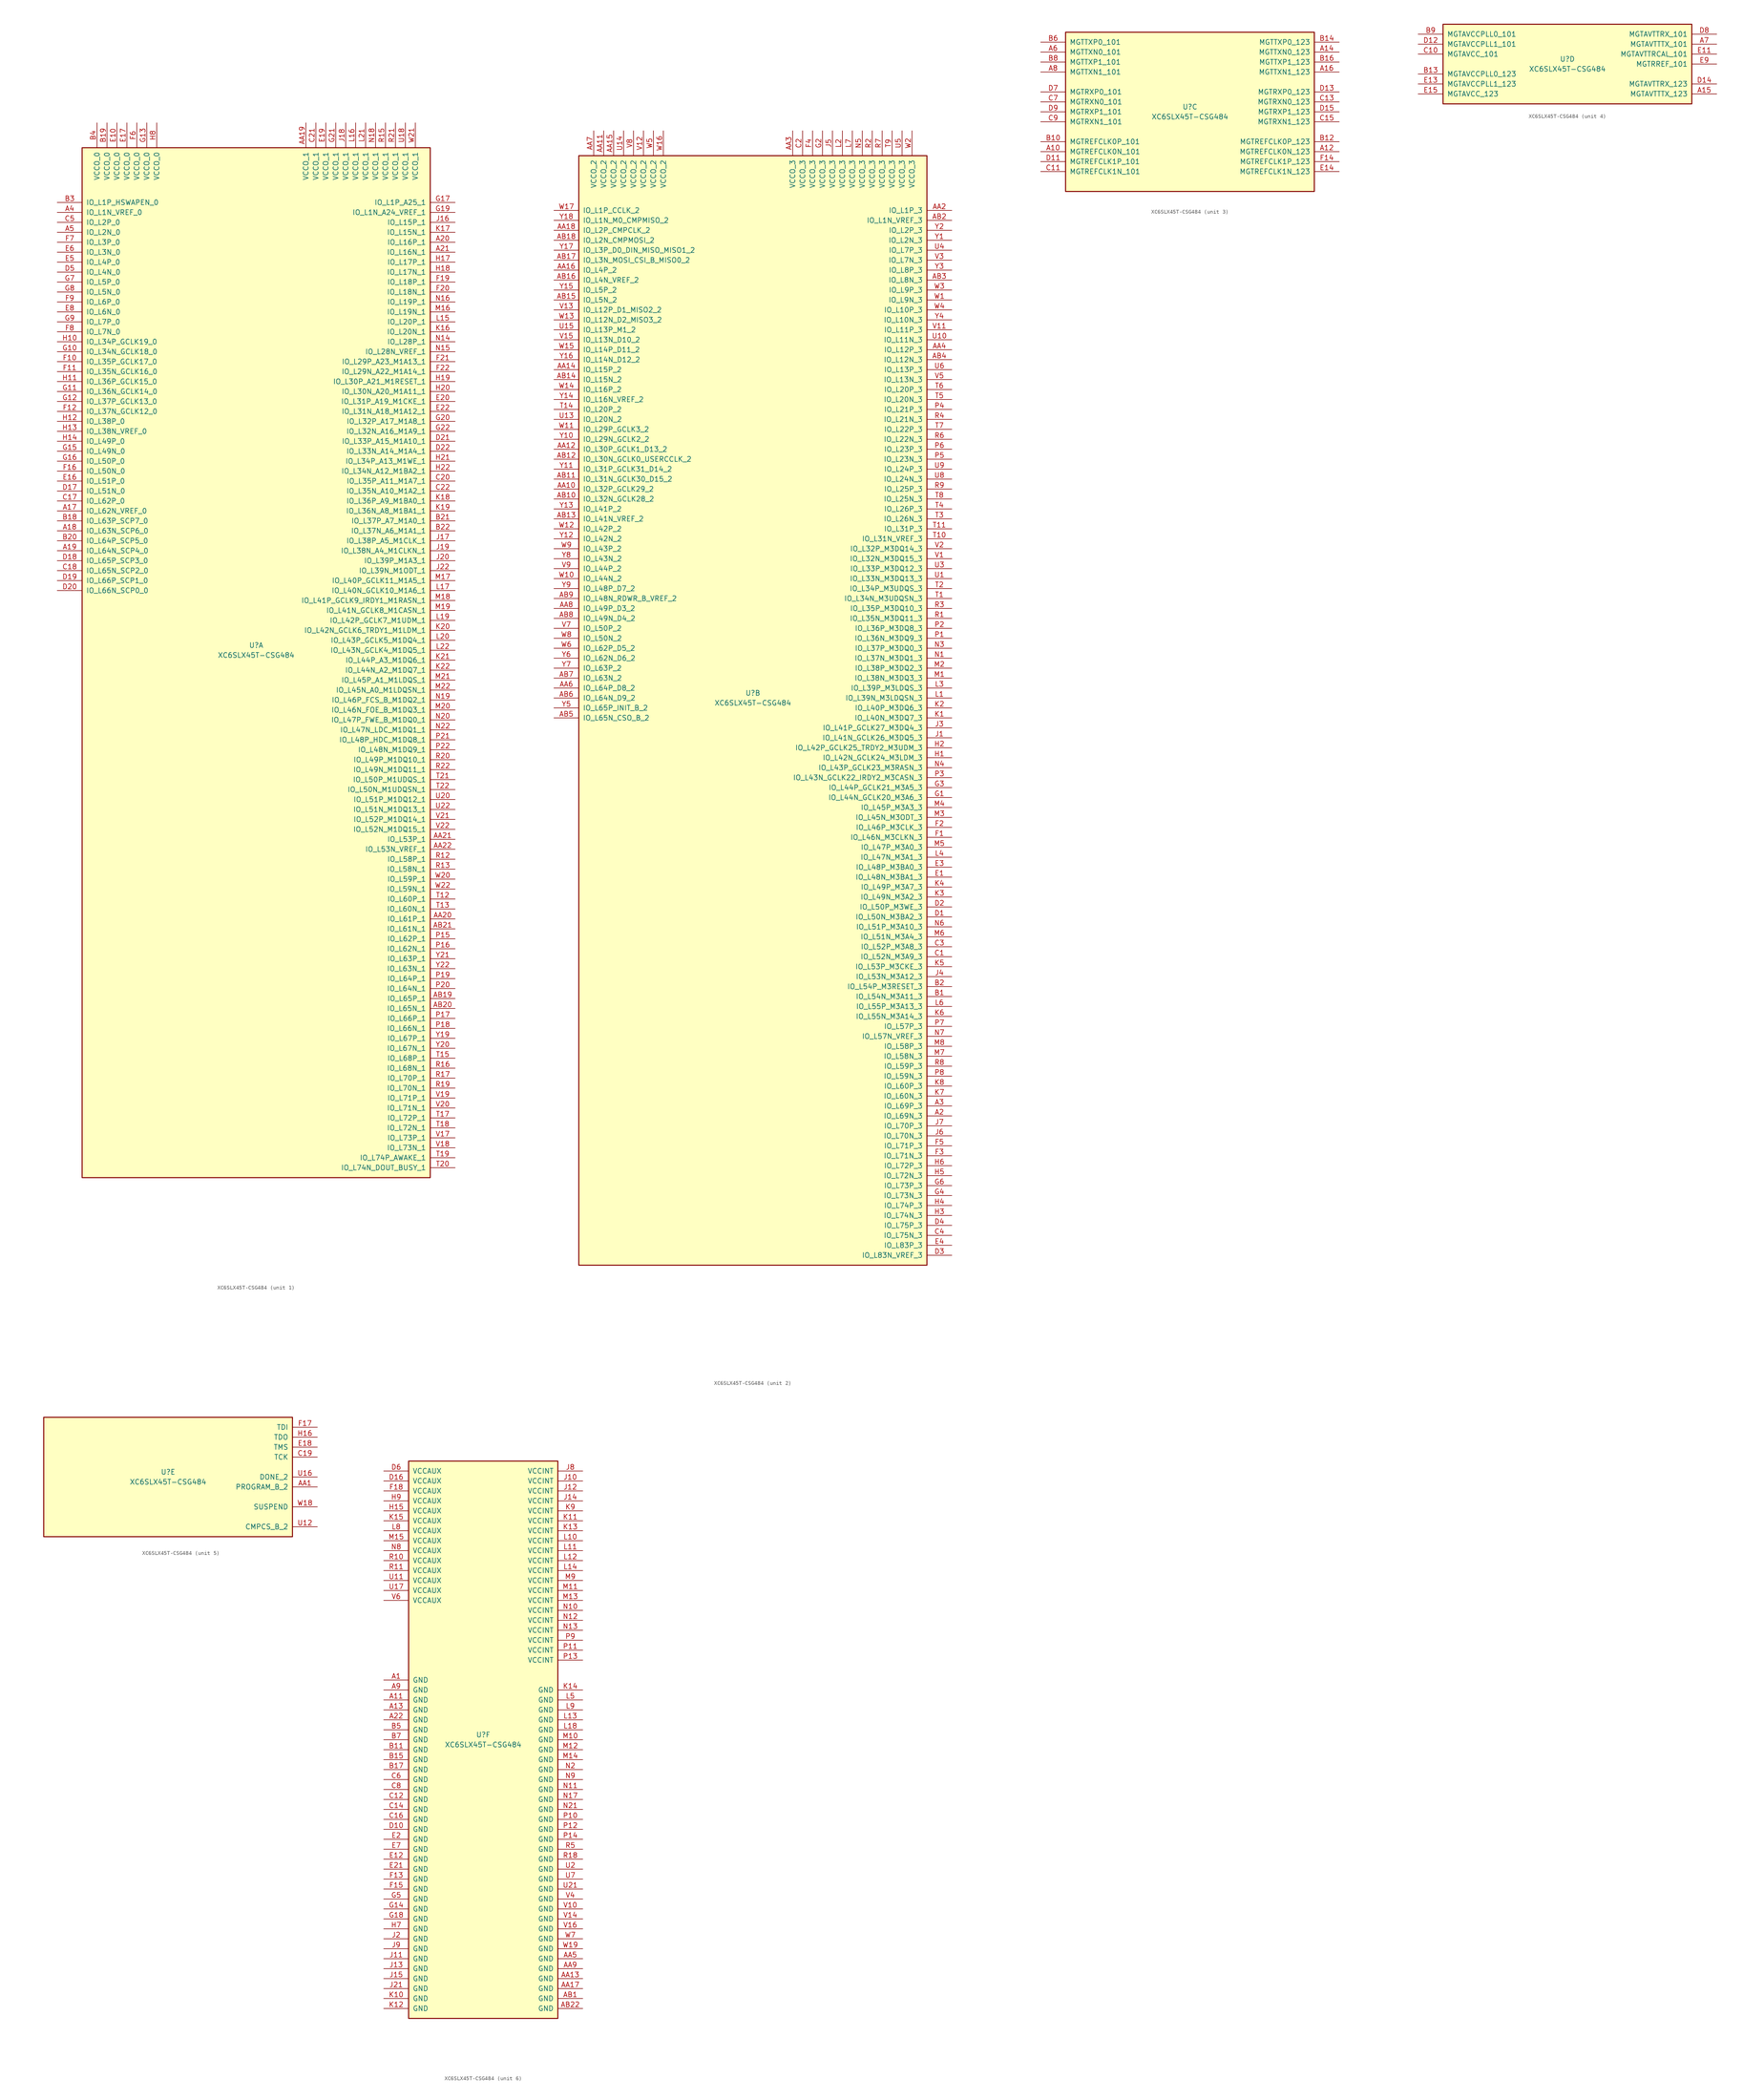
<source format=kicad_sym>
(kicad_symbol_lib
  (version 20201005)
  (generator kicad_symbol_editor)
  (symbol "XC6SLX45T-CSG484"
    (pin_names
      (offset 1.016))
    (property "Reference" "U"
      (at 0 1.27 0)
      (effects (font (size 1.27 1.27))))
    (property "Value" "XC6SLX45T-CSG484"
      (at 0 -1.27 0)
      (effects (font (size 1.27 1.27))))
    (property "Datasheet" ""
      (at 0 0 0)
      (effects (font (size 1.27 1.27))))
    (property "ki_locked" ""
      (at 0 0 0)
      (effects (font (size 1.27 1.27))))
    (symbol "XC6SLX45T-CSG484_1_1"
      (rectangle (start -44.45 128.27) (end 44.45 -134.62) (stroke (width 0.254)) (fill (type background)))
      (pin bidirectional line (at -50.8 35.56 0) (length 6.35) (name "IO_L62N_VREF_0" (effects (font (size 1.27 1.27)))) (number "A17" (effects (font (size 1.27 1.27)))))
      (pin bidirectional line (at -50.8 30.48 0) (length 6.35) (name "IO_L63N_SCP6_0" (effects (font (size 1.27 1.27)))) (number "A18" (effects (font (size 1.27 1.27)))))
      (pin bidirectional line (at -50.8 25.4 0) (length 6.35) (name "IO_L64N_SCP4_0" (effects (font (size 1.27 1.27)))) (number "A19" (effects (font (size 1.27 1.27)))))
      (pin bidirectional line (at 50.8 104.14 180) (length 6.35) (name "IO_L16P_1" (effects (font (size 1.27 1.27)))) (number "A20" (effects (font (size 1.27 1.27)))))
      (pin bidirectional line (at 50.8 101.6 180) (length 6.35) (name "IO_L16N_1" (effects (font (size 1.27 1.27)))) (number "A21" (effects (font (size 1.27 1.27)))))
      (pin bidirectional line (at -50.8 111.76 0) (length 6.35) (name "IO_L1N_VREF_0" (effects (font (size 1.27 1.27)))) (number "A4" (effects (font (size 1.27 1.27)))))
      (pin bidirectional line (at -50.8 106.68 0) (length 6.35) (name "IO_L2N_0" (effects (font (size 1.27 1.27)))) (number "A5" (effects (font (size 1.27 1.27)))))
      (pin power_in line (at 12.7 134.62 270) (length 6.35) (name "VCCO_1" (effects (font (size 1.27 1.27)))) (number "AA19" (effects (font (size 1.27 1.27)))))
      (pin bidirectional line (at 50.8 -68.58 180) (length 6.35) (name "IO_L61P_1" (effects (font (size 1.27 1.27)))) (number "AA20" (effects (font (size 1.27 1.27)))))
      (pin bidirectional line (at 50.8 -48.26 180) (length 6.35) (name "IO_L53P_1" (effects (font (size 1.27 1.27)))) (number "AA21" (effects (font (size 1.27 1.27)))))
      (pin bidirectional line (at 50.8 -50.8 180) (length 6.35) (name "IO_L53N_VREF_1" (effects (font (size 1.27 1.27)))) (number "AA22" (effects (font (size 1.27 1.27)))))
      (pin bidirectional line (at 50.8 -88.9 180) (length 6.35) (name "IO_L65P_1" (effects (font (size 1.27 1.27)))) (number "AB19" (effects (font (size 1.27 1.27)))))
      (pin bidirectional line (at 50.8 -91.44 180) (length 6.35) (name "IO_L65N_1" (effects (font (size 1.27 1.27)))) (number "AB20" (effects (font (size 1.27 1.27)))))
      (pin bidirectional line (at 50.8 -71.12 180) (length 6.35) (name "IO_L61N_1" (effects (font (size 1.27 1.27)))) (number "AB21" (effects (font (size 1.27 1.27)))))
      (pin bidirectional line (at -50.8 33.02 0) (length 6.35) (name "IO_L63P_SCP7_0" (effects (font (size 1.27 1.27)))) (number "B18" (effects (font (size 1.27 1.27)))))
      (pin power_in line (at -38.1 134.62 270) (length 6.35) (name "VCCO_0" (effects (font (size 1.27 1.27)))) (number "B19" (effects (font (size 1.27 1.27)))))
      (pin bidirectional line (at -50.8 27.94 0) (length 6.35) (name "IO_L64P_SCP5_0" (effects (font (size 1.27 1.27)))) (number "B20" (effects (font (size 1.27 1.27)))))
      (pin bidirectional line (at 50.8 33.02 180) (length 6.35) (name "IO_L37P_A7_M1A0_1" (effects (font (size 1.27 1.27)))) (number "B21" (effects (font (size 1.27 1.27)))))
      (pin bidirectional line (at 50.8 30.48 180) (length 6.35) (name "IO_L37N_A6_M1A1_1" (effects (font (size 1.27 1.27)))) (number "B22" (effects (font (size 1.27 1.27)))))
      (pin bidirectional line (at -50.8 114.3 0) (length 6.35) (name "IO_L1P_HSWAPEN_0" (effects (font (size 1.27 1.27)))) (number "B3" (effects (font (size 1.27 1.27)))))
      (pin power_in line (at -40.64 134.62 270) (length 6.35) (name "VCCO_0" (effects (font (size 1.27 1.27)))) (number "B4" (effects (font (size 1.27 1.27)))))
      (pin bidirectional line (at -50.8 38.1 0) (length 6.35) (name "IO_L62P_0" (effects (font (size 1.27 1.27)))) (number "C17" (effects (font (size 1.27 1.27)))))
      (pin bidirectional line (at -50.8 20.32 0) (length 6.35) (name "IO_L65N_SCP2_0" (effects (font (size 1.27 1.27)))) (number "C18" (effects (font (size 1.27 1.27)))))
      (pin bidirectional line (at 50.8 43.18 180) (length 6.35) (name "IO_L35P_A11_M1A7_1" (effects (font (size 1.27 1.27)))) (number "C20" (effects (font (size 1.27 1.27)))))
      (pin power_in line (at 15.24 134.62 270) (length 6.35) (name "VCCO_1" (effects (font (size 1.27 1.27)))) (number "C21" (effects (font (size 1.27 1.27)))))
      (pin bidirectional line (at 50.8 40.64 180) (length 6.35) (name "IO_L35N_A10_M1A2_1" (effects (font (size 1.27 1.27)))) (number "C22" (effects (font (size 1.27 1.27)))))
      (pin bidirectional line (at -50.8 109.22 0) (length 6.35) (name "IO_L2P_0" (effects (font (size 1.27 1.27)))) (number "C5" (effects (font (size 1.27 1.27)))))
      (pin bidirectional line (at -50.8 40.64 0) (length 6.35) (name "IO_L51N_0" (effects (font (size 1.27 1.27)))) (number "D17" (effects (font (size 1.27 1.27)))))
      (pin bidirectional line (at -50.8 22.86 0) (length 6.35) (name "IO_L65P_SCP3_0" (effects (font (size 1.27 1.27)))) (number "D18" (effects (font (size 1.27 1.27)))))
      (pin bidirectional line (at -50.8 17.78 0) (length 6.35) (name "IO_L66P_SCP1_0" (effects (font (size 1.27 1.27)))) (number "D19" (effects (font (size 1.27 1.27)))))
      (pin bidirectional line (at -50.8 15.24 0) (length 6.35) (name "IO_L66N_SCP0_0" (effects (font (size 1.27 1.27)))) (number "D20" (effects (font (size 1.27 1.27)))))
      (pin bidirectional line (at 50.8 53.34 180) (length 6.35) (name "IO_L33P_A15_M1A10_1" (effects (font (size 1.27 1.27)))) (number "D21" (effects (font (size 1.27 1.27)))))
      (pin bidirectional line (at 50.8 50.8 180) (length 6.35) (name "IO_L33N_A14_M1A4_1" (effects (font (size 1.27 1.27)))) (number "D22" (effects (font (size 1.27 1.27)))))
      (pin bidirectional line (at -50.8 96.52 0) (length 6.35) (name "IO_L4N_0" (effects (font (size 1.27 1.27)))) (number "D5" (effects (font (size 1.27 1.27)))))
      (pin power_in line (at -35.56 134.62 270) (length 6.35) (name "VCCO_0" (effects (font (size 1.27 1.27)))) (number "E10" (effects (font (size 1.27 1.27)))))
      (pin bidirectional line (at -50.8 43.18 0) (length 6.35) (name "IO_L51P_0" (effects (font (size 1.27 1.27)))) (number "E16" (effects (font (size 1.27 1.27)))))
      (pin power_in line (at -33.02 134.62 270) (length 6.35) (name "VCCO_0" (effects (font (size 1.27 1.27)))) (number "E17" (effects (font (size 1.27 1.27)))))
      (pin power_in line (at 17.78 134.62 270) (length 6.35) (name "VCCO_1" (effects (font (size 1.27 1.27)))) (number "E19" (effects (font (size 1.27 1.27)))))
      (pin bidirectional line (at 50.8 63.5 180) (length 6.35) (name "IO_L31P_A19_M1CKE_1" (effects (font (size 1.27 1.27)))) (number "E20" (effects (font (size 1.27 1.27)))))
      (pin bidirectional line (at 50.8 60.96 180) (length 6.35) (name "IO_L31N_A18_M1A12_1" (effects (font (size 1.27 1.27)))) (number "E22" (effects (font (size 1.27 1.27)))))
      (pin bidirectional line (at -50.8 99.06 0) (length 6.35) (name "IO_L4P_0" (effects (font (size 1.27 1.27)))) (number "E5" (effects (font (size 1.27 1.27)))))
      (pin bidirectional line (at -50.8 101.6 0) (length 6.35) (name "IO_L3N_0" (effects (font (size 1.27 1.27)))) (number "E6" (effects (font (size 1.27 1.27)))))
      (pin bidirectional line (at -50.8 86.36 0) (length 6.35) (name "IO_L6N_0" (effects (font (size 1.27 1.27)))) (number "E8" (effects (font (size 1.27 1.27)))))
      (pin bidirectional line (at -50.8 73.66 0) (length 6.35) (name "IO_L35P_GCLK17_0" (effects (font (size 1.27 1.27)))) (number "F10" (effects (font (size 1.27 1.27)))))
      (pin bidirectional line (at -50.8 71.12 0) (length 6.35) (name "IO_L35N_GCLK16_0" (effects (font (size 1.27 1.27)))) (number "F11" (effects (font (size 1.27 1.27)))))
      (pin bidirectional line (at -50.8 60.96 0) (length 6.35) (name "IO_L37N_GCLK12_0" (effects (font (size 1.27 1.27)))) (number "F12" (effects (font (size 1.27 1.27)))))
      (pin bidirectional line (at -50.8 45.72 0) (length 6.35) (name "IO_L50N_0" (effects (font (size 1.27 1.27)))) (number "F16" (effects (font (size 1.27 1.27)))))
      (pin bidirectional line (at 50.8 93.98 180) (length 6.35) (name "IO_L18P_1" (effects (font (size 1.27 1.27)))) (number "F19" (effects (font (size 1.27 1.27)))))
      (pin bidirectional line (at 50.8 91.44 180) (length 6.35) (name "IO_L18N_1" (effects (font (size 1.27 1.27)))) (number "F20" (effects (font (size 1.27 1.27)))))
      (pin bidirectional line (at 50.8 73.66 180) (length 6.35) (name "IO_L29P_A23_M1A13_1" (effects (font (size 1.27 1.27)))) (number "F21" (effects (font (size 1.27 1.27)))))
      (pin bidirectional line (at 50.8 71.12 180) (length 6.35) (name "IO_L29N_A22_M1A14_1" (effects (font (size 1.27 1.27)))) (number "F22" (effects (font (size 1.27 1.27)))))
      (pin power_in line (at -30.48 134.62 270) (length 6.35) (name "VCCO_0" (effects (font (size 1.27 1.27)))) (number "F6" (effects (font (size 1.27 1.27)))))
      (pin bidirectional line (at -50.8 104.14 0) (length 6.35) (name "IO_L3P_0" (effects (font (size 1.27 1.27)))) (number "F7" (effects (font (size 1.27 1.27)))))
      (pin bidirectional line (at -50.8 81.28 0) (length 6.35) (name "IO_L7N_0" (effects (font (size 1.27 1.27)))) (number "F8" (effects (font (size 1.27 1.27)))))
      (pin bidirectional line (at -50.8 88.9 0) (length 6.35) (name "IO_L6P_0" (effects (font (size 1.27 1.27)))) (number "F9" (effects (font (size 1.27 1.27)))))
      (pin bidirectional line (at -50.8 76.2 0) (length 6.35) (name "IO_L34N_GCLK18_0" (effects (font (size 1.27 1.27)))) (number "G10" (effects (font (size 1.27 1.27)))))
      (pin bidirectional line (at -50.8 66.04 0) (length 6.35) (name "IO_L36N_GCLK14_0" (effects (font (size 1.27 1.27)))) (number "G11" (effects (font (size 1.27 1.27)))))
      (pin bidirectional line (at -50.8 63.5 0) (length 6.35) (name "IO_L37P_GCLK13_0" (effects (font (size 1.27 1.27)))) (number "G12" (effects (font (size 1.27 1.27)))))
      (pin power_in line (at -27.94 134.62 270) (length 6.35) (name "VCCO_0" (effects (font (size 1.27 1.27)))) (number "G13" (effects (font (size 1.27 1.27)))))
      (pin bidirectional line (at -50.8 50.8 0) (length 6.35) (name "IO_L49N_0" (effects (font (size 1.27 1.27)))) (number "G15" (effects (font (size 1.27 1.27)))))
      (pin bidirectional line (at -50.8 48.26 0) (length 6.35) (name "IO_L50P_0" (effects (font (size 1.27 1.27)))) (number "G16" (effects (font (size 1.27 1.27)))))
      (pin bidirectional line (at 50.8 114.3 180) (length 6.35) (name "IO_L1P_A25_1" (effects (font (size 1.27 1.27)))) (number "G17" (effects (font (size 1.27 1.27)))))
      (pin bidirectional line (at 50.8 111.76 180) (length 6.35) (name "IO_L1N_A24_VREF_1" (effects (font (size 1.27 1.27)))) (number "G19" (effects (font (size 1.27 1.27)))))
      (pin bidirectional line (at 50.8 58.42 180) (length 6.35) (name "IO_L32P_A17_M1A8_1" (effects (font (size 1.27 1.27)))) (number "G20" (effects (font (size 1.27 1.27)))))
      (pin power_in line (at 20.32 134.62 270) (length 6.35) (name "VCCO_1" (effects (font (size 1.27 1.27)))) (number "G21" (effects (font (size 1.27 1.27)))))
      (pin bidirectional line (at 50.8 55.88 180) (length 6.35) (name "IO_L32N_A16_M1A9_1" (effects (font (size 1.27 1.27)))) (number "G22" (effects (font (size 1.27 1.27)))))
      (pin bidirectional line (at -50.8 93.98 0) (length 6.35) (name "IO_L5P_0" (effects (font (size 1.27 1.27)))) (number "G7" (effects (font (size 1.27 1.27)))))
      (pin bidirectional line (at -50.8 91.44 0) (length 6.35) (name "IO_L5N_0" (effects (font (size 1.27 1.27)))) (number "G8" (effects (font (size 1.27 1.27)))))
      (pin bidirectional line (at -50.8 83.82 0) (length 6.35) (name "IO_L7P_0" (effects (font (size 1.27 1.27)))) (number "G9" (effects (font (size 1.27 1.27)))))
      (pin bidirectional line (at -50.8 78.74 0) (length 6.35) (name "IO_L34P_GCLK19_0" (effects (font (size 1.27 1.27)))) (number "H10" (effects (font (size 1.27 1.27)))))
      (pin bidirectional line (at -50.8 68.58 0) (length 6.35) (name "IO_L36P_GCLK15_0" (effects (font (size 1.27 1.27)))) (number "H11" (effects (font (size 1.27 1.27)))))
      (pin bidirectional line (at -50.8 58.42 0) (length 6.35) (name "IO_L38P_0" (effects (font (size 1.27 1.27)))) (number "H12" (effects (font (size 1.27 1.27)))))
      (pin bidirectional line (at -50.8 55.88 0) (length 6.35) (name "IO_L38N_VREF_0" (effects (font (size 1.27 1.27)))) (number "H13" (effects (font (size 1.27 1.27)))))
      (pin bidirectional line (at -50.8 53.34 0) (length 6.35) (name "IO_L49P_0" (effects (font (size 1.27 1.27)))) (number "H14" (effects (font (size 1.27 1.27)))))
      (pin bidirectional line (at 50.8 99.06 180) (length 6.35) (name "IO_L17P_1" (effects (font (size 1.27 1.27)))) (number "H17" (effects (font (size 1.27 1.27)))))
      (pin bidirectional line (at 50.8 96.52 180) (length 6.35) (name "IO_L17N_1" (effects (font (size 1.27 1.27)))) (number "H18" (effects (font (size 1.27 1.27)))))
      (pin bidirectional line (at 50.8 68.58 180) (length 6.35) (name "IO_L30P_A21_M1RESET_1" (effects (font (size 1.27 1.27)))) (number "H19" (effects (font (size 1.27 1.27)))))
      (pin bidirectional line (at 50.8 66.04 180) (length 6.35) (name "IO_L30N_A20_M1A11_1" (effects (font (size 1.27 1.27)))) (number "H20" (effects (font (size 1.27 1.27)))))
      (pin bidirectional line (at 50.8 48.26 180) (length 6.35) (name "IO_L34P_A13_M1WE_1" (effects (font (size 1.27 1.27)))) (number "H21" (effects (font (size 1.27 1.27)))))
      (pin bidirectional line (at 50.8 45.72 180) (length 6.35) (name "IO_L34N_A12_M1BA2_1" (effects (font (size 1.27 1.27)))) (number "H22" (effects (font (size 1.27 1.27)))))
      (pin power_in line (at -25.4 134.62 270) (length 6.35) (name "VCCO_0" (effects (font (size 1.27 1.27)))) (number "H8" (effects (font (size 1.27 1.27)))))
      (pin bidirectional line (at 50.8 109.22 180) (length 6.35) (name "IO_L15P_1" (effects (font (size 1.27 1.27)))) (number "J16" (effects (font (size 1.27 1.27)))))
      (pin bidirectional line (at 50.8 27.94 180) (length 6.35) (name "IO_L38P_A5_M1CLK_1" (effects (font (size 1.27 1.27)))) (number "J17" (effects (font (size 1.27 1.27)))))
      (pin power_in line (at 22.86 134.62 270) (length 6.35) (name "VCCO_1" (effects (font (size 1.27 1.27)))) (number "J18" (effects (font (size 1.27 1.27)))))
      (pin bidirectional line (at 50.8 25.4 180) (length 6.35) (name "IO_L38N_A4_M1CLKN_1" (effects (font (size 1.27 1.27)))) (number "J19" (effects (font (size 1.27 1.27)))))
      (pin bidirectional line (at 50.8 22.86 180) (length 6.35) (name "IO_L39P_M1A3_1" (effects (font (size 1.27 1.27)))) (number "J20" (effects (font (size 1.27 1.27)))))
      (pin bidirectional line (at 50.8 20.32 180) (length 6.35) (name "IO_L39N_M1ODT_1" (effects (font (size 1.27 1.27)))) (number "J22" (effects (font (size 1.27 1.27)))))
      (pin bidirectional line (at 50.8 81.28 180) (length 6.35) (name "IO_L20N_1" (effects (font (size 1.27 1.27)))) (number "K16" (effects (font (size 1.27 1.27)))))
      (pin bidirectional line (at 50.8 106.68 180) (length 6.35) (name "IO_L15N_1" (effects (font (size 1.27 1.27)))) (number "K17" (effects (font (size 1.27 1.27)))))
      (pin bidirectional line (at 50.8 38.1 180) (length 6.35) (name "IO_L36P_A9_M1BA0_1" (effects (font (size 1.27 1.27)))) (number "K18" (effects (font (size 1.27 1.27)))))
      (pin bidirectional line (at 50.8 35.56 180) (length 6.35) (name "IO_L36N_A8_M1BA1_1" (effects (font (size 1.27 1.27)))) (number "K19" (effects (font (size 1.27 1.27)))))
      (pin bidirectional line (at 50.8 5.08 180) (length 6.35) (name "IO_L42N_GCLK6_TRDY1_M1LDM_1" (effects (font (size 1.27 1.27)))) (number "K20" (effects (font (size 1.27 1.27)))))
      (pin bidirectional line (at 50.8 -2.54 180) (length 6.35) (name "IO_L44P_A3_M1DQ6_1" (effects (font (size 1.27 1.27)))) (number "K21" (effects (font (size 1.27 1.27)))))
      (pin bidirectional line (at 50.8 -5.08 180) (length 6.35) (name "IO_L44N_A2_M1DQ7_1" (effects (font (size 1.27 1.27)))) (number "K22" (effects (font (size 1.27 1.27)))))
      (pin bidirectional line (at 50.8 83.82 180) (length 6.35) (name "IO_L20P_1" (effects (font (size 1.27 1.27)))) (number "L15" (effects (font (size 1.27 1.27)))))
      (pin power_in line (at 25.4 134.62 270) (length 6.35) (name "VCCO_1" (effects (font (size 1.27 1.27)))) (number "L16" (effects (font (size 1.27 1.27)))))
      (pin bidirectional line (at 50.8 15.24 180) (length 6.35) (name "IO_L40N_GCLK10_M1A6_1" (effects (font (size 1.27 1.27)))) (number "L17" (effects (font (size 1.27 1.27)))))
      (pin bidirectional line (at 50.8 7.62 180) (length 6.35) (name "IO_L42P_GCLK7_M1UDM_1" (effects (font (size 1.27 1.27)))) (number "L19" (effects (font (size 1.27 1.27)))))
      (pin bidirectional line (at 50.8 2.54 180) (length 6.35) (name "IO_L43P_GCLK5_M1DQ4_1" (effects (font (size 1.27 1.27)))) (number "L20" (effects (font (size 1.27 1.27)))))
      (pin power_in line (at 27.94 134.62 270) (length 6.35) (name "VCCO_1" (effects (font (size 1.27 1.27)))) (number "L21" (effects (font (size 1.27 1.27)))))
      (pin bidirectional line (at 50.8 0 180) (length 6.35) (name "IO_L43N_GCLK4_M1DQ5_1" (effects (font (size 1.27 1.27)))) (number "L22" (effects (font (size 1.27 1.27)))))
      (pin bidirectional line (at 50.8 86.36 180) (length 6.35) (name "IO_L19N_1" (effects (font (size 1.27 1.27)))) (number "M16" (effects (font (size 1.27 1.27)))))
      (pin bidirectional line (at 50.8 17.78 180) (length 6.35) (name "IO_L40P_GCLK11_M1A5_1" (effects (font (size 1.27 1.27)))) (number "M17" (effects (font (size 1.27 1.27)))))
      (pin bidirectional line (at 50.8 12.7 180) (length 6.35) (name "IO_L41P_GCLK9_IRDY1_M1RASN_1" (effects (font (size 1.27 1.27)))) (number "M18" (effects (font (size 1.27 1.27)))))
      (pin bidirectional line (at 50.8 10.16 180) (length 6.35) (name "IO_L41N_GCLK8_M1CASN_1" (effects (font (size 1.27 1.27)))) (number "M19" (effects (font (size 1.27 1.27)))))
      (pin bidirectional line (at 50.8 -15.24 180) (length 6.35) (name "IO_L46N_FOE_B_M1DQ3_1" (effects (font (size 1.27 1.27)))) (number "M20" (effects (font (size 1.27 1.27)))))
      (pin bidirectional line (at 50.8 -7.62 180) (length 6.35) (name "IO_L45P_A1_M1LDQS_1" (effects (font (size 1.27 1.27)))) (number "M21" (effects (font (size 1.27 1.27)))))
      (pin bidirectional line (at 50.8 -10.16 180) (length 6.35) (name "IO_L45N_A0_M1LDQSN_1" (effects (font (size 1.27 1.27)))) (number "M22" (effects (font (size 1.27 1.27)))))
      (pin bidirectional line (at 50.8 78.74 180) (length 6.35) (name "IO_L28P_1" (effects (font (size 1.27 1.27)))) (number "N14" (effects (font (size 1.27 1.27)))))
      (pin bidirectional line (at 50.8 76.2 180) (length 6.35) (name "IO_L28N_VREF_1" (effects (font (size 1.27 1.27)))) (number "N15" (effects (font (size 1.27 1.27)))))
      (pin bidirectional line (at 50.8 88.9 180) (length 6.35) (name "IO_L19P_1" (effects (font (size 1.27 1.27)))) (number "N16" (effects (font (size 1.27 1.27)))))
      (pin power_in line (at 30.48 134.62 270) (length 6.35) (name "VCCO_1" (effects (font (size 1.27 1.27)))) (number "N18" (effects (font (size 1.27 1.27)))))
      (pin bidirectional line (at 50.8 -12.7 180) (length 6.35) (name "IO_L46P_FCS_B_M1DQ2_1" (effects (font (size 1.27 1.27)))) (number "N19" (effects (font (size 1.27 1.27)))))
      (pin bidirectional line (at 50.8 -17.78 180) (length 6.35) (name "IO_L47P_FWE_B_M1DQ0_1" (effects (font (size 1.27 1.27)))) (number "N20" (effects (font (size 1.27 1.27)))))
      (pin bidirectional line (at 50.8 -20.32 180) (length 6.35) (name "IO_L47N_LDC_M1DQ1_1" (effects (font (size 1.27 1.27)))) (number "N22" (effects (font (size 1.27 1.27)))))
      (pin bidirectional line (at 50.8 -73.66 180) (length 6.35) (name "IO_L62P_1" (effects (font (size 1.27 1.27)))) (number "P15" (effects (font (size 1.27 1.27)))))
      (pin bidirectional line (at 50.8 -76.2 180) (length 6.35) (name "IO_L62N_1" (effects (font (size 1.27 1.27)))) (number "P16" (effects (font (size 1.27 1.27)))))
      (pin bidirectional line (at 50.8 -93.98 180) (length 6.35) (name "IO_L66P_1" (effects (font (size 1.27 1.27)))) (number "P17" (effects (font (size 1.27 1.27)))))
      (pin bidirectional line (at 50.8 -96.52 180) (length 6.35) (name "IO_L66N_1" (effects (font (size 1.27 1.27)))) (number "P18" (effects (font (size 1.27 1.27)))))
      (pin bidirectional line (at 50.8 -83.82 180) (length 6.35) (name "IO_L64P_1" (effects (font (size 1.27 1.27)))) (number "P19" (effects (font (size 1.27 1.27)))))
      (pin bidirectional line (at 50.8 -86.36 180) (length 6.35) (name "IO_L64N_1" (effects (font (size 1.27 1.27)))) (number "P20" (effects (font (size 1.27 1.27)))))
      (pin bidirectional line (at 50.8 -22.86 180) (length 6.35) (name "IO_L48P_HDC_M1DQ8_1" (effects (font (size 1.27 1.27)))) (number "P21" (effects (font (size 1.27 1.27)))))
      (pin bidirectional line (at 50.8 -25.4 180) (length 6.35) (name "IO_L48N_M1DQ9_1" (effects (font (size 1.27 1.27)))) (number "P22" (effects (font (size 1.27 1.27)))))
      (pin bidirectional line (at 50.8 -53.34 180) (length 6.35) (name "IO_L58P_1" (effects (font (size 1.27 1.27)))) (number "R12" (effects (font (size 1.27 1.27)))))
      (pin bidirectional line (at 50.8 -55.88 180) (length 6.35) (name "IO_L58N_1" (effects (font (size 1.27 1.27)))) (number "R13" (effects (font (size 1.27 1.27)))))
      (pin power_in line (at 33.02 134.62 270) (length 6.35) (name "VCCO_1" (effects (font (size 1.27 1.27)))) (number "R15" (effects (font (size 1.27 1.27)))))
      (pin bidirectional line (at 50.8 -106.68 180) (length 6.35) (name "IO_L68N_1" (effects (font (size 1.27 1.27)))) (number "R16" (effects (font (size 1.27 1.27)))))
      (pin bidirectional line (at 50.8 -109.22 180) (length 6.35) (name "IO_L70P_1" (effects (font (size 1.27 1.27)))) (number "R17" (effects (font (size 1.27 1.27)))))
      (pin bidirectional line (at 50.8 -111.76 180) (length 6.35) (name "IO_L70N_1" (effects (font (size 1.27 1.27)))) (number "R19" (effects (font (size 1.27 1.27)))))
      (pin bidirectional line (at 50.8 -27.94 180) (length 6.35) (name "IO_L49P_M1DQ10_1" (effects (font (size 1.27 1.27)))) (number "R20" (effects (font (size 1.27 1.27)))))
      (pin power_in line (at 35.56 134.62 270) (length 6.35) (name "VCCO_1" (effects (font (size 1.27 1.27)))) (number "R21" (effects (font (size 1.27 1.27)))))
      (pin bidirectional line (at 50.8 -30.48 180) (length 6.35) (name "IO_L49N_M1DQ11_1" (effects (font (size 1.27 1.27)))) (number "R22" (effects (font (size 1.27 1.27)))))
      (pin bidirectional line (at 50.8 -63.5 180) (length 6.35) (name "IO_L60P_1" (effects (font (size 1.27 1.27)))) (number "T12" (effects (font (size 1.27 1.27)))))
      (pin bidirectional line (at 50.8 -66.04 180) (length 6.35) (name "IO_L60N_1" (effects (font (size 1.27 1.27)))) (number "T13" (effects (font (size 1.27 1.27)))))
      (pin bidirectional line (at 50.8 -104.14 180) (length 6.35) (name "IO_L68P_1" (effects (font (size 1.27 1.27)))) (number "T15" (effects (font (size 1.27 1.27)))))
      (pin bidirectional line (at 50.8 -119.38 180) (length 6.35) (name "IO_L72P_1" (effects (font (size 1.27 1.27)))) (number "T17" (effects (font (size 1.27 1.27)))))
      (pin bidirectional line (at 50.8 -121.92 180) (length 6.35) (name "IO_L72N_1" (effects (font (size 1.27 1.27)))) (number "T18" (effects (font (size 1.27 1.27)))))
      (pin bidirectional line (at 50.8 -129.54 180) (length 6.35) (name "IO_L74P_AWAKE_1" (effects (font (size 1.27 1.27)))) (number "T19" (effects (font (size 1.27 1.27)))))
      (pin bidirectional line (at 50.8 -132.08 180) (length 6.35) (name "IO_L74N_DOUT_BUSY_1" (effects (font (size 1.27 1.27)))) (number "T20" (effects (font (size 1.27 1.27)))))
      (pin bidirectional line (at 50.8 -33.02 180) (length 6.35) (name "IO_L50P_M1UDQS_1" (effects (font (size 1.27 1.27)))) (number "T21" (effects (font (size 1.27 1.27)))))
      (pin bidirectional line (at 50.8 -35.56 180) (length 6.35) (name "IO_L50N_M1UDQSN_1" (effects (font (size 1.27 1.27)))) (number "T22" (effects (font (size 1.27 1.27)))))
      (pin power_in line (at 38.1 134.62 270) (length 6.35) (name "VCCO_1" (effects (font (size 1.27 1.27)))) (number "U18" (effects (font (size 1.27 1.27)))))
      (pin bidirectional line (at 50.8 -38.1 180) (length 6.35) (name "IO_L51P_M1DQ12_1" (effects (font (size 1.27 1.27)))) (number "U20" (effects (font (size 1.27 1.27)))))
      (pin bidirectional line (at 50.8 -40.64 180) (length 6.35) (name "IO_L51N_M1DQ13_1" (effects (font (size 1.27 1.27)))) (number "U22" (effects (font (size 1.27 1.27)))))
      (pin bidirectional line (at 50.8 -124.46 180) (length 6.35) (name "IO_L73P_1" (effects (font (size 1.27 1.27)))) (number "V17" (effects (font (size 1.27 1.27)))))
      (pin bidirectional line (at 50.8 -127 180) (length 6.35) (name "IO_L73N_1" (effects (font (size 1.27 1.27)))) (number "V18" (effects (font (size 1.27 1.27)))))
      (pin bidirectional line (at 50.8 -114.3 180) (length 6.35) (name "IO_L71P_1" (effects (font (size 1.27 1.27)))) (number "V19" (effects (font (size 1.27 1.27)))))
      (pin bidirectional line (at 50.8 -116.84 180) (length 6.35) (name "IO_L71N_1" (effects (font (size 1.27 1.27)))) (number "V20" (effects (font (size 1.27 1.27)))))
      (pin bidirectional line (at 50.8 -43.18 180) (length 6.35) (name "IO_L52P_M1DQ14_1" (effects (font (size 1.27 1.27)))) (number "V21" (effects (font (size 1.27 1.27)))))
      (pin bidirectional line (at 50.8 -45.72 180) (length 6.35) (name "IO_L52N_M1DQ15_1" (effects (font (size 1.27 1.27)))) (number "V22" (effects (font (size 1.27 1.27)))))
      (pin bidirectional line (at 50.8 -58.42 180) (length 6.35) (name "IO_L59P_1" (effects (font (size 1.27 1.27)))) (number "W20" (effects (font (size 1.27 1.27)))))
      (pin power_in line (at 40.64 134.62 270) (length 6.35) (name "VCCO_1" (effects (font (size 1.27 1.27)))) (number "W21" (effects (font (size 1.27 1.27)))))
      (pin bidirectional line (at 50.8 -60.96 180) (length 6.35) (name "IO_L59N_1" (effects (font (size 1.27 1.27)))) (number "W22" (effects (font (size 1.27 1.27)))))
      (pin bidirectional line (at 50.8 -99.06 180) (length 6.35) (name "IO_L67P_1" (effects (font (size 1.27 1.27)))) (number "Y19" (effects (font (size 1.27 1.27)))))
      (pin bidirectional line (at 50.8 -101.6 180) (length 6.35) (name "IO_L67N_1" (effects (font (size 1.27 1.27)))) (number "Y20" (effects (font (size 1.27 1.27)))))
      (pin bidirectional line (at 50.8 -78.74 180) (length 6.35) (name "IO_L63P_1" (effects (font (size 1.27 1.27)))) (number "Y21" (effects (font (size 1.27 1.27)))))
      (pin bidirectional line (at 50.8 -81.28 180) (length 6.35) (name "IO_L63N_1" (effects (font (size 1.27 1.27)))) (number "Y22" (effects (font (size 1.27 1.27))))))
    (symbol "XC6SLX45T-CSG484_2_1"
      (rectangle (start -44.45 138.43) (end 44.45 -144.78) (stroke (width 0.254)) (fill (type background)))
      (pin bidirectional line (at 50.8 -106.68 180) (length 6.35) (name "IO_L69N_3" (effects (font (size 1.27 1.27)))) (number "A2" (effects (font (size 1.27 1.27)))))
      (pin bidirectional line (at 50.8 -104.14 180) (length 6.35) (name "IO_L69P_3" (effects (font (size 1.27 1.27)))) (number "A3" (effects (font (size 1.27 1.27)))))
      (pin bidirectional line (at -50.8 53.34 0) (length 6.35) (name "IO_L32P_GCLK29_2" (effects (font (size 1.27 1.27)))) (number "AA10" (effects (font (size 1.27 1.27)))))
      (pin power_in line (at -38.1 144.78 270) (length 6.35) (name "VCCO_2" (effects (font (size 1.27 1.27)))) (number "AA11" (effects (font (size 1.27 1.27)))))
      (pin bidirectional line (at -50.8 63.5 0) (length 6.35) (name "IO_L30P_GCLK1_D13_2" (effects (font (size 1.27 1.27)))) (number "AA12" (effects (font (size 1.27 1.27)))))
      (pin bidirectional line (at -50.8 83.82 0) (length 6.35) (name "IO_L15P_2" (effects (font (size 1.27 1.27)))) (number "AA14" (effects (font (size 1.27 1.27)))))
      (pin power_in line (at -35.56 144.78 270) (length 6.35) (name "VCCO_2" (effects (font (size 1.27 1.27)))) (number "AA15" (effects (font (size 1.27 1.27)))))
      (pin bidirectional line (at -50.8 109.22 0) (length 6.35) (name "IO_L4P_2" (effects (font (size 1.27 1.27)))) (number "AA16" (effects (font (size 1.27 1.27)))))
      (pin bidirectional line (at -50.8 119.38 0) (length 6.35) (name "IO_L2P_CMPCLK_2" (effects (font (size 1.27 1.27)))) (number "AA18" (effects (font (size 1.27 1.27)))))
      (pin bidirectional line (at 50.8 124.46 180) (length 6.35) (name "IO_L1P_3" (effects (font (size 1.27 1.27)))) (number "AA2" (effects (font (size 1.27 1.27)))))
      (pin power_in line (at 10.16 144.78 270) (length 6.35) (name "VCCO_3" (effects (font (size 1.27 1.27)))) (number "AA3" (effects (font (size 1.27 1.27)))))
      (pin bidirectional line (at 50.8 88.9 180) (length 6.35) (name "IO_L12P_3" (effects (font (size 1.27 1.27)))) (number "AA4" (effects (font (size 1.27 1.27)))))
      (pin bidirectional line (at -50.8 2.54 0) (length 6.35) (name "IO_L64P_D8_2" (effects (font (size 1.27 1.27)))) (number "AA6" (effects (font (size 1.27 1.27)))))
      (pin power_in line (at -40.64 144.78 270) (length 6.35) (name "VCCO_2" (effects (font (size 1.27 1.27)))) (number "AA7" (effects (font (size 1.27 1.27)))))
      (pin bidirectional line (at -50.8 22.86 0) (length 6.35) (name "IO_L49P_D3_2" (effects (font (size 1.27 1.27)))) (number "AA8" (effects (font (size 1.27 1.27)))))
      (pin bidirectional line (at -50.8 50.8 0) (length 6.35) (name "IO_L32N_GCLK28_2" (effects (font (size 1.27 1.27)))) (number "AB10" (effects (font (size 1.27 1.27)))))
      (pin bidirectional line (at -50.8 55.88 0) (length 6.35) (name "IO_L31N_GCLK30_D15_2" (effects (font (size 1.27 1.27)))) (number "AB11" (effects (font (size 1.27 1.27)))))
      (pin bidirectional line (at -50.8 60.96 0) (length 6.35) (name "IO_L30N_GCLK0_USERCCLK_2" (effects (font (size 1.27 1.27)))) (number "AB12" (effects (font (size 1.27 1.27)))))
      (pin bidirectional line (at -50.8 45.72 0) (length 6.35) (name "IO_L41N_VREF_2" (effects (font (size 1.27 1.27)))) (number "AB13" (effects (font (size 1.27 1.27)))))
      (pin bidirectional line (at -50.8 81.28 0) (length 6.35) (name "IO_L15N_2" (effects (font (size 1.27 1.27)))) (number "AB14" (effects (font (size 1.27 1.27)))))
      (pin bidirectional line (at -50.8 101.6 0) (length 6.35) (name "IO_L5N_2" (effects (font (size 1.27 1.27)))) (number "AB15" (effects (font (size 1.27 1.27)))))
      (pin bidirectional line (at -50.8 106.68 0) (length 6.35) (name "IO_L4N_VREF_2" (effects (font (size 1.27 1.27)))) (number "AB16" (effects (font (size 1.27 1.27)))))
      (pin bidirectional line (at -50.8 111.76 0) (length 6.35) (name "IO_L3N_MOSI_CSI_B_MISO0_2" (effects (font (size 1.27 1.27)))) (number "AB17" (effects (font (size 1.27 1.27)))))
      (pin bidirectional line (at -50.8 116.84 0) (length 6.35) (name "IO_L2N_CMPMOSI_2" (effects (font (size 1.27 1.27)))) (number "AB18" (effects (font (size 1.27 1.27)))))
      (pin bidirectional line (at 50.8 121.92 180) (length 6.35) (name "IO_L1N_VREF_3" (effects (font (size 1.27 1.27)))) (number "AB2" (effects (font (size 1.27 1.27)))))
      (pin bidirectional line (at 50.8 106.68 180) (length 6.35) (name "IO_L8N_3" (effects (font (size 1.27 1.27)))) (number "AB3" (effects (font (size 1.27 1.27)))))
      (pin bidirectional line (at 50.8 86.36 180) (length 6.35) (name "IO_L12N_3" (effects (font (size 1.27 1.27)))) (number "AB4" (effects (font (size 1.27 1.27)))))
      (pin bidirectional line (at -50.8 -5.08 0) (length 6.35) (name "IO_L65N_CSO_B_2" (effects (font (size 1.27 1.27)))) (number "AB5" (effects (font (size 1.27 1.27)))))
      (pin bidirectional line (at -50.8 0 0) (length 6.35) (name "IO_L64N_D9_2" (effects (font (size 1.27 1.27)))) (number "AB6" (effects (font (size 1.27 1.27)))))
      (pin bidirectional line (at -50.8 5.08 0) (length 6.35) (name "IO_L63N_2" (effects (font (size 1.27 1.27)))) (number "AB7" (effects (font (size 1.27 1.27)))))
      (pin bidirectional line (at -50.8 20.32 0) (length 6.35) (name "IO_L49N_D4_2" (effects (font (size 1.27 1.27)))) (number "AB8" (effects (font (size 1.27 1.27)))))
      (pin bidirectional line (at -50.8 25.4 0) (length 6.35) (name "IO_L48N_RDWR_B_VREF_2" (effects (font (size 1.27 1.27)))) (number "AB9" (effects (font (size 1.27 1.27)))))
      (pin bidirectional line (at 50.8 -76.2 180) (length 6.35) (name "IO_L54N_M3A11_3" (effects (font (size 1.27 1.27)))) (number "B1" (effects (font (size 1.27 1.27)))))
      (pin bidirectional line (at 50.8 -73.66 180) (length 6.35) (name "IO_L54P_M3RESET_3" (effects (font (size 1.27 1.27)))) (number "B2" (effects (font (size 1.27 1.27)))))
      (pin bidirectional line (at 50.8 -66.04 180) (length 6.35) (name "IO_L52N_M3A9_3" (effects (font (size 1.27 1.27)))) (number "C1" (effects (font (size 1.27 1.27)))))
      (pin power_in line (at 12.7 144.78 270) (length 6.35) (name "VCCO_3" (effects (font (size 1.27 1.27)))) (number "C2" (effects (font (size 1.27 1.27)))))
      (pin bidirectional line (at 50.8 -63.5 180) (length 6.35) (name "IO_L52P_M3A8_3" (effects (font (size 1.27 1.27)))) (number "C3" (effects (font (size 1.27 1.27)))))
      (pin bidirectional line (at 50.8 -137.16 180) (length 6.35) (name "IO_L75N_3" (effects (font (size 1.27 1.27)))) (number "C4" (effects (font (size 1.27 1.27)))))
      (pin bidirectional line (at 50.8 -55.88 180) (length 6.35) (name "IO_L50N_M3BA2_3" (effects (font (size 1.27 1.27)))) (number "D1" (effects (font (size 1.27 1.27)))))
      (pin bidirectional line (at 50.8 -53.34 180) (length 6.35) (name "IO_L50P_M3WE_3" (effects (font (size 1.27 1.27)))) (number "D2" (effects (font (size 1.27 1.27)))))
      (pin bidirectional line (at 50.8 -142.24 180) (length 6.35) (name "IO_L83N_VREF_3" (effects (font (size 1.27 1.27)))) (number "D3" (effects (font (size 1.27 1.27)))))
      (pin bidirectional line (at 50.8 -134.62 180) (length 6.35) (name "IO_L75P_3" (effects (font (size 1.27 1.27)))) (number "D4" (effects (font (size 1.27 1.27)))))
      (pin bidirectional line (at 50.8 -45.72 180) (length 6.35) (name "IO_L48N_M3BA1_3" (effects (font (size 1.27 1.27)))) (number "E1" (effects (font (size 1.27 1.27)))))
      (pin bidirectional line (at 50.8 -43.18 180) (length 6.35) (name "IO_L48P_M3BA0_3" (effects (font (size 1.27 1.27)))) (number "E3" (effects (font (size 1.27 1.27)))))
      (pin bidirectional line (at 50.8 -139.7 180) (length 6.35) (name "IO_L83P_3" (effects (font (size 1.27 1.27)))) (number "E4" (effects (font (size 1.27 1.27)))))
      (pin bidirectional line (at 50.8 -35.56 180) (length 6.35) (name "IO_L46N_M3CLKN_3" (effects (font (size 1.27 1.27)))) (number "F1" (effects (font (size 1.27 1.27)))))
      (pin bidirectional line (at 50.8 -33.02 180) (length 6.35) (name "IO_L46P_M3CLK_3" (effects (font (size 1.27 1.27)))) (number "F2" (effects (font (size 1.27 1.27)))))
      (pin bidirectional line (at 50.8 -116.84 180) (length 6.35) (name "IO_L71N_3" (effects (font (size 1.27 1.27)))) (number "F3" (effects (font (size 1.27 1.27)))))
      (pin power_in line (at 15.24 144.78 270) (length 6.35) (name "VCCO_3" (effects (font (size 1.27 1.27)))) (number "F4" (effects (font (size 1.27 1.27)))))
      (pin bidirectional line (at 50.8 -114.3 180) (length 6.35) (name "IO_L71P_3" (effects (font (size 1.27 1.27)))) (number "F5" (effects (font (size 1.27 1.27)))))
      (pin bidirectional line (at 50.8 -25.4 180) (length 6.35) (name "IO_L44N_GCLK20_M3A6_3" (effects (font (size 1.27 1.27)))) (number "G1" (effects (font (size 1.27 1.27)))))
      (pin power_in line (at 17.78 144.78 270) (length 6.35) (name "VCCO_3" (effects (font (size 1.27 1.27)))) (number "G2" (effects (font (size 1.27 1.27)))))
      (pin bidirectional line (at 50.8 -22.86 180) (length 6.35) (name "IO_L44P_GCLK21_M3A5_3" (effects (font (size 1.27 1.27)))) (number "G3" (effects (font (size 1.27 1.27)))))
      (pin bidirectional line (at 50.8 -127 180) (length 6.35) (name "IO_L73N_3" (effects (font (size 1.27 1.27)))) (number "G4" (effects (font (size 1.27 1.27)))))
      (pin bidirectional line (at 50.8 -124.46 180) (length 6.35) (name "IO_L73P_3" (effects (font (size 1.27 1.27)))) (number "G6" (effects (font (size 1.27 1.27)))))
      (pin bidirectional line (at 50.8 -15.24 180) (length 6.35) (name "IO_L42N_GCLK24_M3LDM_3" (effects (font (size 1.27 1.27)))) (number "H1" (effects (font (size 1.27 1.27)))))
      (pin bidirectional line (at 50.8 -12.7 180) (length 6.35) (name "IO_L42P_GCLK25_TRDY2_M3UDM_3" (effects (font (size 1.27 1.27)))) (number "H2" (effects (font (size 1.27 1.27)))))
      (pin bidirectional line (at 50.8 -132.08 180) (length 6.35) (name "IO_L74N_3" (effects (font (size 1.27 1.27)))) (number "H3" (effects (font (size 1.27 1.27)))))
      (pin bidirectional line (at 50.8 -129.54 180) (length 6.35) (name "IO_L74P_3" (effects (font (size 1.27 1.27)))) (number "H4" (effects (font (size 1.27 1.27)))))
      (pin bidirectional line (at 50.8 -121.92 180) (length 6.35) (name "IO_L72N_3" (effects (font (size 1.27 1.27)))) (number "H5" (effects (font (size 1.27 1.27)))))
      (pin bidirectional line (at 50.8 -119.38 180) (length 6.35) (name "IO_L72P_3" (effects (font (size 1.27 1.27)))) (number "H6" (effects (font (size 1.27 1.27)))))
      (pin bidirectional line (at 50.8 -10.16 180) (length 6.35) (name "IO_L41N_GCLK26_M3DQ5_3" (effects (font (size 1.27 1.27)))) (number "J1" (effects (font (size 1.27 1.27)))))
      (pin bidirectional line (at 50.8 -7.62 180) (length 6.35) (name "IO_L41P_GCLK27_M3DQ4_3" (effects (font (size 1.27 1.27)))) (number "J3" (effects (font (size 1.27 1.27)))))
      (pin bidirectional line (at 50.8 -71.12 180) (length 6.35) (name "IO_L53N_M3A12_3" (effects (font (size 1.27 1.27)))) (number "J4" (effects (font (size 1.27 1.27)))))
      (pin power_in line (at 20.32 144.78 270) (length 6.35) (name "VCCO_3" (effects (font (size 1.27 1.27)))) (number "J5" (effects (font (size 1.27 1.27)))))
      (pin bidirectional line (at 50.8 -111.76 180) (length 6.35) (name "IO_L70N_3" (effects (font (size 1.27 1.27)))) (number "J6" (effects (font (size 1.27 1.27)))))
      (pin bidirectional line (at 50.8 -109.22 180) (length 6.35) (name "IO_L70P_3" (effects (font (size 1.27 1.27)))) (number "J7" (effects (font (size 1.27 1.27)))))
      (pin bidirectional line (at 50.8 -5.08 180) (length 6.35) (name "IO_L40N_M3DQ7_3" (effects (font (size 1.27 1.27)))) (number "K1" (effects (font (size 1.27 1.27)))))
      (pin bidirectional line (at 50.8 -2.54 180) (length 6.35) (name "IO_L40P_M3DQ6_3" (effects (font (size 1.27 1.27)))) (number "K2" (effects (font (size 1.27 1.27)))))
      (pin bidirectional line (at 50.8 -50.8 180) (length 6.35) (name "IO_L49N_M3A2_3" (effects (font (size 1.27 1.27)))) (number "K3" (effects (font (size 1.27 1.27)))))
      (pin bidirectional line (at 50.8 -48.26 180) (length 6.35) (name "IO_L49P_M3A7_3" (effects (font (size 1.27 1.27)))) (number "K4" (effects (font (size 1.27 1.27)))))
      (pin bidirectional line (at 50.8 -68.58 180) (length 6.35) (name "IO_L53P_M3CKE_3" (effects (font (size 1.27 1.27)))) (number "K5" (effects (font (size 1.27 1.27)))))
      (pin bidirectional line (at 50.8 -81.28 180) (length 6.35) (name "IO_L55N_M3A14_3" (effects (font (size 1.27 1.27)))) (number "K6" (effects (font (size 1.27 1.27)))))
      (pin bidirectional line (at 50.8 -101.6 180) (length 6.35) (name "IO_L60N_3" (effects (font (size 1.27 1.27)))) (number "K7" (effects (font (size 1.27 1.27)))))
      (pin bidirectional line (at 50.8 -99.06 180) (length 6.35) (name "IO_L60P_3" (effects (font (size 1.27 1.27)))) (number "K8" (effects (font (size 1.27 1.27)))))
      (pin bidirectional line (at 50.8 0 180) (length 6.35) (name "IO_L39N_M3LDQSN_3" (effects (font (size 1.27 1.27)))) (number "L1" (effects (font (size 1.27 1.27)))))
      (pin power_in line (at 22.86 144.78 270) (length 6.35) (name "VCCO_3" (effects (font (size 1.27 1.27)))) (number "L2" (effects (font (size 1.27 1.27)))))
      (pin bidirectional line (at 50.8 2.54 180) (length 6.35) (name "IO_L39P_M3LDQS_3" (effects (font (size 1.27 1.27)))) (number "L3" (effects (font (size 1.27 1.27)))))
      (pin bidirectional line (at 50.8 -40.64 180) (length 6.35) (name "IO_L47N_M3A1_3" (effects (font (size 1.27 1.27)))) (number "L4" (effects (font (size 1.27 1.27)))))
      (pin bidirectional line (at 50.8 -78.74 180) (length 6.35) (name "IO_L55P_M3A13_3" (effects (font (size 1.27 1.27)))) (number "L6" (effects (font (size 1.27 1.27)))))
      (pin power_in line (at 25.4 144.78 270) (length 6.35) (name "VCCO_3" (effects (font (size 1.27 1.27)))) (number "L7" (effects (font (size 1.27 1.27)))))
      (pin bidirectional line (at 50.8 5.08 180) (length 6.35) (name "IO_L38N_M3DQ3_3" (effects (font (size 1.27 1.27)))) (number "M1" (effects (font (size 1.27 1.27)))))
      (pin bidirectional line (at 50.8 7.62 180) (length 6.35) (name "IO_L38P_M3DQ2_3" (effects (font (size 1.27 1.27)))) (number "M2" (effects (font (size 1.27 1.27)))))
      (pin bidirectional line (at 50.8 -30.48 180) (length 6.35) (name "IO_L45N_M3ODT_3" (effects (font (size 1.27 1.27)))) (number "M3" (effects (font (size 1.27 1.27)))))
      (pin bidirectional line (at 50.8 -27.94 180) (length 6.35) (name "IO_L45P_M3A3_3" (effects (font (size 1.27 1.27)))) (number "M4" (effects (font (size 1.27 1.27)))))
      (pin bidirectional line (at 50.8 -38.1 180) (length 6.35) (name "IO_L47P_M3A0_3" (effects (font (size 1.27 1.27)))) (number "M5" (effects (font (size 1.27 1.27)))))
      (pin bidirectional line (at 50.8 -60.96 180) (length 6.35) (name "IO_L51N_M3A4_3" (effects (font (size 1.27 1.27)))) (number "M6" (effects (font (size 1.27 1.27)))))
      (pin bidirectional line (at 50.8 -91.44 180) (length 6.35) (name "IO_L58N_3" (effects (font (size 1.27 1.27)))) (number "M7" (effects (font (size 1.27 1.27)))))
      (pin bidirectional line (at 50.8 -88.9 180) (length 6.35) (name "IO_L58P_3" (effects (font (size 1.27 1.27)))) (number "M8" (effects (font (size 1.27 1.27)))))
      (pin bidirectional line (at 50.8 10.16 180) (length 6.35) (name "IO_L37N_M3DQ1_3" (effects (font (size 1.27 1.27)))) (number "N1" (effects (font (size 1.27 1.27)))))
      (pin bidirectional line (at 50.8 12.7 180) (length 6.35) (name "IO_L37P_M3DQ0_3" (effects (font (size 1.27 1.27)))) (number "N3" (effects (font (size 1.27 1.27)))))
      (pin bidirectional line (at 50.8 -17.78 180) (length 6.35) (name "IO_L43P_GCLK23_M3RASN_3" (effects (font (size 1.27 1.27)))) (number "N4" (effects (font (size 1.27 1.27)))))
      (pin power_in line (at 27.94 144.78 270) (length 6.35) (name "VCCO_3" (effects (font (size 1.27 1.27)))) (number "N5" (effects (font (size 1.27 1.27)))))
      (pin bidirectional line (at 50.8 -58.42 180) (length 6.35) (name "IO_L51P_M3A10_3" (effects (font (size 1.27 1.27)))) (number "N6" (effects (font (size 1.27 1.27)))))
      (pin bidirectional line (at 50.8 -86.36 180) (length 6.35) (name "IO_L57N_VREF_3" (effects (font (size 1.27 1.27)))) (number "N7" (effects (font (size 1.27 1.27)))))
      (pin bidirectional line (at 50.8 15.24 180) (length 6.35) (name "IO_L36N_M3DQ9_3" (effects (font (size 1.27 1.27)))) (number "P1" (effects (font (size 1.27 1.27)))))
      (pin bidirectional line (at 50.8 17.78 180) (length 6.35) (name "IO_L36P_M3DQ8_3" (effects (font (size 1.27 1.27)))) (number "P2" (effects (font (size 1.27 1.27)))))
      (pin bidirectional line (at 50.8 -20.32 180) (length 6.35) (name "IO_L43N_GCLK22_IRDY2_M3CASN_3" (effects (font (size 1.27 1.27)))) (number "P3" (effects (font (size 1.27 1.27)))))
      (pin bidirectional line (at 50.8 73.66 180) (length 6.35) (name "IO_L21P_3" (effects (font (size 1.27 1.27)))) (number "P4" (effects (font (size 1.27 1.27)))))
      (pin bidirectional line (at 50.8 60.96 180) (length 6.35) (name "IO_L23N_3" (effects (font (size 1.27 1.27)))) (number "P5" (effects (font (size 1.27 1.27)))))
      (pin bidirectional line (at 50.8 63.5 180) (length 6.35) (name "IO_L23P_3" (effects (font (size 1.27 1.27)))) (number "P6" (effects (font (size 1.27 1.27)))))
      (pin bidirectional line (at 50.8 -83.82 180) (length 6.35) (name "IO_L57P_3" (effects (font (size 1.27 1.27)))) (number "P7" (effects (font (size 1.27 1.27)))))
      (pin bidirectional line (at 50.8 -96.52 180) (length 6.35) (name "IO_L59N_3" (effects (font (size 1.27 1.27)))) (number "P8" (effects (font (size 1.27 1.27)))))
      (pin bidirectional line (at 50.8 20.32 180) (length 6.35) (name "IO_L35N_M3DQ11_3" (effects (font (size 1.27 1.27)))) (number "R1" (effects (font (size 1.27 1.27)))))
      (pin power_in line (at 30.48 144.78 270) (length 6.35) (name "VCCO_3" (effects (font (size 1.27 1.27)))) (number "R2" (effects (font (size 1.27 1.27)))))
      (pin bidirectional line (at 50.8 22.86 180) (length 6.35) (name "IO_L35P_M3DQ10_3" (effects (font (size 1.27 1.27)))) (number "R3" (effects (font (size 1.27 1.27)))))
      (pin bidirectional line (at 50.8 71.12 180) (length 6.35) (name "IO_L21N_3" (effects (font (size 1.27 1.27)))) (number "R4" (effects (font (size 1.27 1.27)))))
      (pin bidirectional line (at 50.8 66.04 180) (length 6.35) (name "IO_L22N_3" (effects (font (size 1.27 1.27)))) (number "R6" (effects (font (size 1.27 1.27)))))
      (pin power_in line (at 33.02 144.78 270) (length 6.35) (name "VCCO_3" (effects (font (size 1.27 1.27)))) (number "R7" (effects (font (size 1.27 1.27)))))
      (pin bidirectional line (at 50.8 -93.98 180) (length 6.35) (name "IO_L59P_3" (effects (font (size 1.27 1.27)))) (number "R8" (effects (font (size 1.27 1.27)))))
      (pin bidirectional line (at 50.8 53.34 180) (length 6.35) (name "IO_L25P_3" (effects (font (size 1.27 1.27)))) (number "R9" (effects (font (size 1.27 1.27)))))
      (pin bidirectional line (at 50.8 25.4 180) (length 6.35) (name "IO_L34N_M3UDQSN_3" (effects (font (size 1.27 1.27)))) (number "T1" (effects (font (size 1.27 1.27)))))
      (pin bidirectional line (at 50.8 40.64 180) (length 6.35) (name "IO_L31N_VREF_3" (effects (font (size 1.27 1.27)))) (number "T10" (effects (font (size 1.27 1.27)))))
      (pin bidirectional line (at 50.8 43.18 180) (length 6.35) (name "IO_L31P_3" (effects (font (size 1.27 1.27)))) (number "T11" (effects (font (size 1.27 1.27)))))
      (pin bidirectional line (at -50.8 73.66 0) (length 6.35) (name "IO_L20P_2" (effects (font (size 1.27 1.27)))) (number "T14" (effects (font (size 1.27 1.27)))))
      (pin bidirectional line (at 50.8 27.94 180) (length 6.35) (name "IO_L34P_M3UDQS_3" (effects (font (size 1.27 1.27)))) (number "T2" (effects (font (size 1.27 1.27)))))
      (pin bidirectional line (at 50.8 45.72 180) (length 6.35) (name "IO_L26N_3" (effects (font (size 1.27 1.27)))) (number "T3" (effects (font (size 1.27 1.27)))))
      (pin bidirectional line (at 50.8 48.26 180) (length 6.35) (name "IO_L26P_3" (effects (font (size 1.27 1.27)))) (number "T4" (effects (font (size 1.27 1.27)))))
      (pin bidirectional line (at 50.8 76.2 180) (length 6.35) (name "IO_L20N_3" (effects (font (size 1.27 1.27)))) (number "T5" (effects (font (size 1.27 1.27)))))
      (pin bidirectional line (at 50.8 78.74 180) (length 6.35) (name "IO_L20P_3" (effects (font (size 1.27 1.27)))) (number "T6" (effects (font (size 1.27 1.27)))))
      (pin bidirectional line (at 50.8 68.58 180) (length 6.35) (name "IO_L22P_3" (effects (font (size 1.27 1.27)))) (number "T7" (effects (font (size 1.27 1.27)))))
      (pin bidirectional line (at 50.8 50.8 180) (length 6.35) (name "IO_L25N_3" (effects (font (size 1.27 1.27)))) (number "T8" (effects (font (size 1.27 1.27)))))
      (pin power_in line (at 35.56 144.78 270) (length 6.35) (name "VCCO_3" (effects (font (size 1.27 1.27)))) (number "T9" (effects (font (size 1.27 1.27)))))
      (pin bidirectional line (at 50.8 30.48 180) (length 6.35) (name "IO_L33N_M3DQ13_3" (effects (font (size 1.27 1.27)))) (number "U1" (effects (font (size 1.27 1.27)))))
      (pin bidirectional line (at 50.8 91.44 180) (length 6.35) (name "IO_L11N_3" (effects (font (size 1.27 1.27)))) (number "U10" (effects (font (size 1.27 1.27)))))
      (pin bidirectional line (at -50.8 71.12 0) (length 6.35) (name "IO_L20N_2" (effects (font (size 1.27 1.27)))) (number "U13" (effects (font (size 1.27 1.27)))))
      (pin power_in line (at -33.02 144.78 270) (length 6.35) (name "VCCO_2" (effects (font (size 1.27 1.27)))) (number "U14" (effects (font (size 1.27 1.27)))))
      (pin bidirectional line (at -50.8 93.98 0) (length 6.35) (name "IO_L13P_M1_2" (effects (font (size 1.27 1.27)))) (number "U15" (effects (font (size 1.27 1.27)))))
      (pin bidirectional line (at 50.8 33.02 180) (length 6.35) (name "IO_L33P_M3DQ12_3" (effects (font (size 1.27 1.27)))) (number "U3" (effects (font (size 1.27 1.27)))))
      (pin bidirectional line (at 50.8 114.3 180) (length 6.35) (name "IO_L7P_3" (effects (font (size 1.27 1.27)))) (number "U4" (effects (font (size 1.27 1.27)))))
      (pin power_in line (at 38.1 144.78 270) (length 6.35) (name "VCCO_3" (effects (font (size 1.27 1.27)))) (number "U5" (effects (font (size 1.27 1.27)))))
      (pin bidirectional line (at 50.8 83.82 180) (length 6.35) (name "IO_L13P_3" (effects (font (size 1.27 1.27)))) (number "U6" (effects (font (size 1.27 1.27)))))
      (pin bidirectional line (at 50.8 55.88 180) (length 6.35) (name "IO_L24N_3" (effects (font (size 1.27 1.27)))) (number "U8" (effects (font (size 1.27 1.27)))))
      (pin bidirectional line (at 50.8 58.42 180) (length 6.35) (name "IO_L24P_3" (effects (font (size 1.27 1.27)))) (number "U9" (effects (font (size 1.27 1.27)))))
      (pin bidirectional line (at 50.8 35.56 180) (length 6.35) (name "IO_L32N_M3DQ15_3" (effects (font (size 1.27 1.27)))) (number "V1" (effects (font (size 1.27 1.27)))))
      (pin bidirectional line (at 50.8 93.98 180) (length 6.35) (name "IO_L11P_3" (effects (font (size 1.27 1.27)))) (number "V11" (effects (font (size 1.27 1.27)))))
      (pin power_in line (at -27.94 144.78 270) (length 6.35) (name "VCCO_2" (effects (font (size 1.27 1.27)))) (number "V12" (effects (font (size 1.27 1.27)))))
      (pin bidirectional line (at -50.8 99.06 0) (length 6.35) (name "IO_L12P_D1_MISO2_2" (effects (font (size 1.27 1.27)))) (number "V13" (effects (font (size 1.27 1.27)))))
      (pin bidirectional line (at -50.8 91.44 0) (length 6.35) (name "IO_L13N_D10_2" (effects (font (size 1.27 1.27)))) (number "V15" (effects (font (size 1.27 1.27)))))
      (pin bidirectional line (at 50.8 38.1 180) (length 6.35) (name "IO_L32P_M3DQ14_3" (effects (font (size 1.27 1.27)))) (number "V2" (effects (font (size 1.27 1.27)))))
      (pin bidirectional line (at 50.8 111.76 180) (length 6.35) (name "IO_L7N_3" (effects (font (size 1.27 1.27)))) (number "V3" (effects (font (size 1.27 1.27)))))
      (pin bidirectional line (at 50.8 81.28 180) (length 6.35) (name "IO_L13N_3" (effects (font (size 1.27 1.27)))) (number "V5" (effects (font (size 1.27 1.27)))))
      (pin bidirectional line (at -50.8 17.78 0) (length 6.35) (name "IO_L50P_2" (effects (font (size 1.27 1.27)))) (number "V7" (effects (font (size 1.27 1.27)))))
      (pin power_in line (at -30.48 144.78 270) (length 6.35) (name "VCCO_2" (effects (font (size 1.27 1.27)))) (number "V8" (effects (font (size 1.27 1.27)))))
      (pin bidirectional line (at -50.8 33.02 0) (length 6.35) (name "IO_L44P_2" (effects (font (size 1.27 1.27)))) (number "V9" (effects (font (size 1.27 1.27)))))
      (pin bidirectional line (at 50.8 101.6 180) (length 6.35) (name "IO_L9N_3" (effects (font (size 1.27 1.27)))) (number "W1" (effects (font (size 1.27 1.27)))))
      (pin bidirectional line (at -50.8 30.48 0) (length 6.35) (name "IO_L44N_2" (effects (font (size 1.27 1.27)))) (number "W10" (effects (font (size 1.27 1.27)))))
      (pin bidirectional line (at -50.8 68.58 0) (length 6.35) (name "IO_L29P_GCLK3_2" (effects (font (size 1.27 1.27)))) (number "W11" (effects (font (size 1.27 1.27)))))
      (pin bidirectional line (at -50.8 43.18 0) (length 6.35) (name "IO_L42P_2" (effects (font (size 1.27 1.27)))) (number "W12" (effects (font (size 1.27 1.27)))))
      (pin bidirectional line (at -50.8 96.52 0) (length 6.35) (name "IO_L12N_D2_MISO3_2" (effects (font (size 1.27 1.27)))) (number "W13" (effects (font (size 1.27 1.27)))))
      (pin bidirectional line (at -50.8 78.74 0) (length 6.35) (name "IO_L16P_2" (effects (font (size 1.27 1.27)))) (number "W14" (effects (font (size 1.27 1.27)))))
      (pin bidirectional line (at -50.8 88.9 0) (length 6.35) (name "IO_L14P_D11_2" (effects (font (size 1.27 1.27)))) (number "W15" (effects (font (size 1.27 1.27)))))
      (pin power_in line (at -22.86 144.78 270) (length 6.35) (name "VCCO_2" (effects (font (size 1.27 1.27)))) (number "W16" (effects (font (size 1.27 1.27)))))
      (pin bidirectional line (at -50.8 124.46 0) (length 6.35) (name "IO_L1P_CCLK_2" (effects (font (size 1.27 1.27)))) (number "W17" (effects (font (size 1.27 1.27)))))
      (pin power_in line (at 40.64 144.78 270) (length 6.35) (name "VCCO_3" (effects (font (size 1.27 1.27)))) (number "W2" (effects (font (size 1.27 1.27)))))
      (pin bidirectional line (at 50.8 104.14 180) (length 6.35) (name "IO_L9P_3" (effects (font (size 1.27 1.27)))) (number "W3" (effects (font (size 1.27 1.27)))))
      (pin bidirectional line (at 50.8 99.06 180) (length 6.35) (name "IO_L10P_3" (effects (font (size 1.27 1.27)))) (number "W4" (effects (font (size 1.27 1.27)))))
      (pin power_in line (at -25.4 144.78 270) (length 6.35) (name "VCCO_2" (effects (font (size 1.27 1.27)))) (number "W5" (effects (font (size 1.27 1.27)))))
      (pin bidirectional line (at -50.8 12.7 0) (length 6.35) (name "IO_L62P_D5_2" (effects (font (size 1.27 1.27)))) (number "W6" (effects (font (size 1.27 1.27)))))
      (pin bidirectional line (at -50.8 15.24 0) (length 6.35) (name "IO_L50N_2" (effects (font (size 1.27 1.27)))) (number "W8" (effects (font (size 1.27 1.27)))))
      (pin bidirectional line (at -50.8 38.1 0) (length 6.35) (name "IO_L43P_2" (effects (font (size 1.27 1.27)))) (number "W9" (effects (font (size 1.27 1.27)))))
      (pin bidirectional line (at 50.8 116.84 180) (length 6.35) (name "IO_L2N_3" (effects (font (size 1.27 1.27)))) (number "Y1" (effects (font (size 1.27 1.27)))))
      (pin bidirectional line (at -50.8 66.04 0) (length 6.35) (name "IO_L29N_GCLK2_2" (effects (font (size 1.27 1.27)))) (number "Y10" (effects (font (size 1.27 1.27)))))
      (pin bidirectional line (at -50.8 58.42 0) (length 6.35) (name "IO_L31P_GCLK31_D14_2" (effects (font (size 1.27 1.27)))) (number "Y11" (effects (font (size 1.27 1.27)))))
      (pin bidirectional line (at -50.8 40.64 0) (length 6.35) (name "IO_L42N_2" (effects (font (size 1.27 1.27)))) (number "Y12" (effects (font (size 1.27 1.27)))))
      (pin bidirectional line (at -50.8 48.26 0) (length 6.35) (name "IO_L41P_2" (effects (font (size 1.27 1.27)))) (number "Y13" (effects (font (size 1.27 1.27)))))
      (pin bidirectional line (at -50.8 76.2 0) (length 6.35) (name "IO_L16N_VREF_2" (effects (font (size 1.27 1.27)))) (number "Y14" (effects (font (size 1.27 1.27)))))
      (pin bidirectional line (at -50.8 104.14 0) (length 6.35) (name "IO_L5P_2" (effects (font (size 1.27 1.27)))) (number "Y15" (effects (font (size 1.27 1.27)))))
      (pin bidirectional line (at -50.8 86.36 0) (length 6.35) (name "IO_L14N_D12_2" (effects (font (size 1.27 1.27)))) (number "Y16" (effects (font (size 1.27 1.27)))))
      (pin bidirectional line (at -50.8 114.3 0) (length 6.35) (name "IO_L3P_D0_DIN_MISO_MISO1_2" (effects (font (size 1.27 1.27)))) (number "Y17" (effects (font (size 1.27 1.27)))))
      (pin bidirectional line (at -50.8 121.92 0) (length 6.35) (name "IO_L1N_M0_CMPMISO_2" (effects (font (size 1.27 1.27)))) (number "Y18" (effects (font (size 1.27 1.27)))))
      (pin bidirectional line (at 50.8 119.38 180) (length 6.35) (name "IO_L2P_3" (effects (font (size 1.27 1.27)))) (number "Y2" (effects (font (size 1.27 1.27)))))
      (pin bidirectional line (at 50.8 109.22 180) (length 6.35) (name "IO_L8P_3" (effects (font (size 1.27 1.27)))) (number "Y3" (effects (font (size 1.27 1.27)))))
      (pin bidirectional line (at 50.8 96.52 180) (length 6.35) (name "IO_L10N_3" (effects (font (size 1.27 1.27)))) (number "Y4" (effects (font (size 1.27 1.27)))))
      (pin bidirectional line (at -50.8 -2.54 0) (length 6.35) (name "IO_L65P_INIT_B_2" (effects (font (size 1.27 1.27)))) (number "Y5" (effects (font (size 1.27 1.27)))))
      (pin bidirectional line (at -50.8 10.16 0) (length 6.35) (name "IO_L62N_D6_2" (effects (font (size 1.27 1.27)))) (number "Y6" (effects (font (size 1.27 1.27)))))
      (pin bidirectional line (at -50.8 7.62 0) (length 6.35) (name "IO_L63P_2" (effects (font (size 1.27 1.27)))) (number "Y7" (effects (font (size 1.27 1.27)))))
      (pin bidirectional line (at -50.8 35.56 0) (length 6.35) (name "IO_L43N_2" (effects (font (size 1.27 1.27)))) (number "Y8" (effects (font (size 1.27 1.27)))))
      (pin bidirectional line (at -50.8 27.94 0) (length 6.35) (name "IO_L48P_D7_2" (effects (font (size 1.27 1.27)))) (number "Y9" (effects (font (size 1.27 1.27))))))
    (symbol "XC6SLX45T-CSG484_3_1"
      (rectangle (start -31.75 20.32) (end 31.75 -20.32) (stroke (width 0.254)) (fill (type background)))
      (pin bidirectional line (at -38.1 -10.16 0) (length 6.35) (name "MGTREFCLK0N_101" (effects (font (size 1.27 1.27)))) (number "A10" (effects (font (size 1.27 1.27)))))
      (pin bidirectional line (at 38.1 -10.16 180) (length 6.35) (name "MGTREFCLK0N_123" (effects (font (size 1.27 1.27)))) (number "A12" (effects (font (size 1.27 1.27)))))
      (pin bidirectional line (at 38.1 15.24 180) (length 6.35) (name "MGTTXN0_123" (effects (font (size 1.27 1.27)))) (number "A14" (effects (font (size 1.27 1.27)))))
      (pin bidirectional line (at 38.1 10.16 180) (length 6.35) (name "MGTTXN1_123" (effects (font (size 1.27 1.27)))) (number "A16" (effects (font (size 1.27 1.27)))))
      (pin bidirectional line (at -38.1 15.24 0) (length 6.35) (name "MGTTXN0_101" (effects (font (size 1.27 1.27)))) (number "A6" (effects (font (size 1.27 1.27)))))
      (pin bidirectional line (at -38.1 10.16 0) (length 6.35) (name "MGTTXN1_101" (effects (font (size 1.27 1.27)))) (number "A8" (effects (font (size 1.27 1.27)))))
      (pin bidirectional line (at -38.1 -7.62 0) (length 6.35) (name "MGTREFCLK0P_101" (effects (font (size 1.27 1.27)))) (number "B10" (effects (font (size 1.27 1.27)))))
      (pin bidirectional line (at 38.1 -7.62 180) (length 6.35) (name "MGTREFCLK0P_123" (effects (font (size 1.27 1.27)))) (number "B12" (effects (font (size 1.27 1.27)))))
      (pin bidirectional line (at 38.1 17.78 180) (length 6.35) (name "MGTTXP0_123" (effects (font (size 1.27 1.27)))) (number "B14" (effects (font (size 1.27 1.27)))))
      (pin bidirectional line (at 38.1 12.7 180) (length 6.35) (name "MGTTXP1_123" (effects (font (size 1.27 1.27)))) (number "B16" (effects (font (size 1.27 1.27)))))
      (pin bidirectional line (at -38.1 17.78 0) (length 6.35) (name "MGTTXP0_101" (effects (font (size 1.27 1.27)))) (number "B6" (effects (font (size 1.27 1.27)))))
      (pin bidirectional line (at -38.1 12.7 0) (length 6.35) (name "MGTTXP1_101" (effects (font (size 1.27 1.27)))) (number "B8" (effects (font (size 1.27 1.27)))))
      (pin bidirectional line (at -38.1 -15.24 0) (length 6.35) (name "MGTREFCLK1N_101" (effects (font (size 1.27 1.27)))) (number "C11" (effects (font (size 1.27 1.27)))))
      (pin bidirectional line (at 38.1 2.54 180) (length 6.35) (name "MGTRXN0_123" (effects (font (size 1.27 1.27)))) (number "C13" (effects (font (size 1.27 1.27)))))
      (pin bidirectional line (at 38.1 -2.54 180) (length 6.35) (name "MGTRXN1_123" (effects (font (size 1.27 1.27)))) (number "C15" (effects (font (size 1.27 1.27)))))
      (pin bidirectional line (at -38.1 2.54 0) (length 6.35) (name "MGTRXN0_101" (effects (font (size 1.27 1.27)))) (number "C7" (effects (font (size 1.27 1.27)))))
      (pin bidirectional line (at -38.1 -2.54 0) (length 6.35) (name "MGTRXN1_101" (effects (font (size 1.27 1.27)))) (number "C9" (effects (font (size 1.27 1.27)))))
      (pin bidirectional line (at -38.1 -12.7 0) (length 6.35) (name "MGTREFCLK1P_101" (effects (font (size 1.27 1.27)))) (number "D11" (effects (font (size 1.27 1.27)))))
      (pin bidirectional line (at 38.1 5.08 180) (length 6.35) (name "MGTRXP0_123" (effects (font (size 1.27 1.27)))) (number "D13" (effects (font (size 1.27 1.27)))))
      (pin bidirectional line (at 38.1 0 180) (length 6.35) (name "MGTRXP1_123" (effects (font (size 1.27 1.27)))) (number "D15" (effects (font (size 1.27 1.27)))))
      (pin bidirectional line (at -38.1 5.08 0) (length 6.35) (name "MGTRXP0_101" (effects (font (size 1.27 1.27)))) (number "D7" (effects (font (size 1.27 1.27)))))
      (pin bidirectional line (at -38.1 0 0) (length 6.35) (name "MGTRXP1_101" (effects (font (size 1.27 1.27)))) (number "D9" (effects (font (size 1.27 1.27)))))
      (pin bidirectional line (at 38.1 -15.24 180) (length 6.35) (name "MGTREFCLK1N_123" (effects (font (size 1.27 1.27)))) (number "E14" (effects (font (size 1.27 1.27)))))
      (pin bidirectional line (at 38.1 -12.7 180) (length 6.35) (name "MGTREFCLK1P_123" (effects (font (size 1.27 1.27)))) (number "F14" (effects (font (size 1.27 1.27))))))
    (symbol "XC6SLX45T-CSG484_4_1"
      (rectangle (start -31.75 10.16) (end 31.75 -10.16) (stroke (width 0.254)) (fill (type background)))
      (pin power_in line (at 38.1 -7.62 180) (length 6.35) (name "MGTAVTTTX_123" (effects (font (size 1.27 1.27)))) (number "A15" (effects (font (size 1.27 1.27)))))
      (pin power_in line (at 38.1 5.08 180) (length 6.35) (name "MGTAVTTTX_101" (effects (font (size 1.27 1.27)))) (number "A7" (effects (font (size 1.27 1.27)))))
      (pin power_in line (at -38.1 -2.54 0) (length 6.35) (name "MGTAVCCPLL0_123" (effects (font (size 1.27 1.27)))) (number "B13" (effects (font (size 1.27 1.27)))))
      (pin power_in line (at -38.1 7.62 0) (length 6.35) (name "MGTAVCCPLL0_101" (effects (font (size 1.27 1.27)))) (number "B9" (effects (font (size 1.27 1.27)))))
      (pin power_in line (at -38.1 2.54 0) (length 6.35) (name "MGTAVCC_101" (effects (font (size 1.27 1.27)))) (number "C10" (effects (font (size 1.27 1.27)))))
      (pin power_in line (at -38.1 5.08 0) (length 6.35) (name "MGTAVCCPLL1_101" (effects (font (size 1.27 1.27)))) (number "D12" (effects (font (size 1.27 1.27)))))
      (pin power_in line (at 38.1 -5.08 180) (length 6.35) (name "MGTAVTTRX_123" (effects (font (size 1.27 1.27)))) (number "D14" (effects (font (size 1.27 1.27)))))
      (pin power_in line (at 38.1 7.62 180) (length 6.35) (name "MGTAVTTRX_101" (effects (font (size 1.27 1.27)))) (number "D8" (effects (font (size 1.27 1.27)))))
      (pin power_in line (at 38.1 2.54 180) (length 6.35) (name "MGTAVTTRCAL_101" (effects (font (size 1.27 1.27)))) (number "E11" (effects (font (size 1.27 1.27)))))
      (pin power_in line (at -38.1 -5.08 0) (length 6.35) (name "MGTAVCCPLL1_123" (effects (font (size 1.27 1.27)))) (number "E13" (effects (font (size 1.27 1.27)))))
      (pin power_in line (at -38.1 -7.62 0) (length 6.35) (name "MGTAVCC_123" (effects (font (size 1.27 1.27)))) (number "E15" (effects (font (size 1.27 1.27)))))
      (pin power_in line (at 38.1 0 180) (length 6.35) (name "MGTRREF_101" (effects (font (size 1.27 1.27)))) (number "E9" (effects (font (size 1.27 1.27))))))
    (symbol "XC6SLX45T-CSG484_5_1"
      (rectangle (start -31.75 15.24) (end 31.75 -15.24) (stroke (width 0.254)) (fill (type background)))
      (pin bidirectional line (at 38.1 -2.54 180) (length 6.35) (name "PROGRAM_B_2" (effects (font (size 1.27 1.27)))) (number "AA1" (effects (font (size 1.27 1.27)))))
      (pin bidirectional line (at 38.1 5.08 180) (length 6.35) (name "TCK" (effects (font (size 1.27 1.27)))) (number "C19" (effects (font (size 1.27 1.27)))))
      (pin bidirectional line (at 38.1 7.62 180) (length 6.35) (name "TMS" (effects (font (size 1.27 1.27)))) (number "E18" (effects (font (size 1.27 1.27)))))
      (pin bidirectional line (at 38.1 12.7 180) (length 6.35) (name "TDI" (effects (font (size 1.27 1.27)))) (number "F17" (effects (font (size 1.27 1.27)))))
      (pin bidirectional line (at 38.1 10.16 180) (length 6.35) (name "TDO" (effects (font (size 1.27 1.27)))) (number "H16" (effects (font (size 1.27 1.27)))))
      (pin bidirectional line (at 38.1 -12.7 180) (length 6.35) (name "CMPCS_B_2" (effects (font (size 1.27 1.27)))) (number "U12" (effects (font (size 1.27 1.27)))))
      (pin bidirectional line (at 38.1 0 180) (length 6.35) (name "DONE_2" (effects (font (size 1.27 1.27)))) (number "U16" (effects (font (size 1.27 1.27)))))
      (pin bidirectional line (at 38.1 -7.62 180) (length 6.35) (name "SUSPEND" (effects (font (size 1.27 1.27)))) (number "W18" (effects (font (size 1.27 1.27))))))
    (symbol "XC6SLX45T-CSG484_6_1"
      (rectangle (start -19.05 71.12) (end 19.05 -71.12) (stroke (width 0.254)) (fill (type background)))
      (pin power_in line (at -25.4 15.24 0) (length 6.35) (name "GND" (effects (font (size 1.27 1.27)))) (number "A1" (effects (font (size 1.27 1.27)))))
      (pin power_in line (at -25.4 10.16 0) (length 6.35) (name "GND" (effects (font (size 1.27 1.27)))) (number "A11" (effects (font (size 1.27 1.27)))))
      (pin power_in line (at -25.4 7.62 0) (length 6.35) (name "GND" (effects (font (size 1.27 1.27)))) (number "A13" (effects (font (size 1.27 1.27)))))
      (pin power_in line (at -25.4 5.08 0) (length 6.35) (name "GND" (effects (font (size 1.27 1.27)))) (number "A22" (effects (font (size 1.27 1.27)))))
      (pin power_in line (at -25.4 12.7 0) (length 6.35) (name "GND" (effects (font (size 1.27 1.27)))) (number "A9" (effects (font (size 1.27 1.27)))))
      (pin power_in line (at 25.4 -60.96 180) (length 6.35) (name "GND" (effects (font (size 1.27 1.27)))) (number "AA13" (effects (font (size 1.27 1.27)))))
      (pin power_in line (at 25.4 -63.5 180) (length 6.35) (name "GND" (effects (font (size 1.27 1.27)))) (number "AA17" (effects (font (size 1.27 1.27)))))
      (pin power_in line (at 25.4 -55.88 180) (length 6.35) (name "GND" (effects (font (size 1.27 1.27)))) (number "AA5" (effects (font (size 1.27 1.27)))))
      (pin power_in line (at 25.4 -58.42 180) (length 6.35) (name "GND" (effects (font (size 1.27 1.27)))) (number "AA9" (effects (font (size 1.27 1.27)))))
      (pin power_in line (at 25.4 -66.04 180) (length 6.35) (name "GND" (effects (font (size 1.27 1.27)))) (number "AB1" (effects (font (size 1.27 1.27)))))
      (pin power_in line (at 25.4 -68.58 180) (length 6.35) (name "GND" (effects (font (size 1.27 1.27)))) (number "AB22" (effects (font (size 1.27 1.27)))))
      (pin power_in line (at -25.4 -2.54 0) (length 6.35) (name "GND" (effects (font (size 1.27 1.27)))) (number "B11" (effects (font (size 1.27 1.27)))))
      (pin power_in line (at -25.4 -5.08 0) (length 6.35) (name "GND" (effects (font (size 1.27 1.27)))) (number "B15" (effects (font (size 1.27 1.27)))))
      (pin power_in line (at -25.4 -7.62 0) (length 6.35) (name "GND" (effects (font (size 1.27 1.27)))) (number "B17" (effects (font (size 1.27 1.27)))))
      (pin power_in line (at -25.4 2.54 0) (length 6.35) (name "GND" (effects (font (size 1.27 1.27)))) (number "B5" (effects (font (size 1.27 1.27)))))
      (pin power_in line (at -25.4 0 0) (length 6.35) (name "GND" (effects (font (size 1.27 1.27)))) (number "B7" (effects (font (size 1.27 1.27)))))
      (pin power_in line (at -25.4 -15.24 0) (length 6.35) (name "GND" (effects (font (size 1.27 1.27)))) (number "C12" (effects (font (size 1.27 1.27)))))
      (pin power_in line (at -25.4 -17.78 0) (length 6.35) (name "GND" (effects (font (size 1.27 1.27)))) (number "C14" (effects (font (size 1.27 1.27)))))
      (pin power_in line (at -25.4 -20.32 0) (length 6.35) (name "GND" (effects (font (size 1.27 1.27)))) (number "C16" (effects (font (size 1.27 1.27)))))
      (pin power_in line (at -25.4 -10.16 0) (length 6.35) (name "GND" (effects (font (size 1.27 1.27)))) (number "C6" (effects (font (size 1.27 1.27)))))
      (pin power_in line (at -25.4 -12.7 0) (length 6.35) (name "GND" (effects (font (size 1.27 1.27)))) (number "C8" (effects (font (size 1.27 1.27)))))
      (pin power_in line (at -25.4 -22.86 0) (length 6.35) (name "GND" (effects (font (size 1.27 1.27)))) (number "D10" (effects (font (size 1.27 1.27)))))
      (pin power_in line (at -25.4 66.04 0) (length 6.35) (name "VCCAUX" (effects (font (size 1.27 1.27)))) (number "D16" (effects (font (size 1.27 1.27)))))
      (pin power_in line (at -25.4 68.58 0) (length 6.35) (name "VCCAUX" (effects (font (size 1.27 1.27)))) (number "D6" (effects (font (size 1.27 1.27)))))
      (pin power_in line (at -25.4 -30.48 0) (length 6.35) (name "GND" (effects (font (size 1.27 1.27)))) (number "E12" (effects (font (size 1.27 1.27)))))
      (pin power_in line (at -25.4 -25.4 0) (length 6.35) (name "GND" (effects (font (size 1.27 1.27)))) (number "E2" (effects (font (size 1.27 1.27)))))
      (pin power_in line (at -25.4 -33.02 0) (length 6.35) (name "GND" (effects (font (size 1.27 1.27)))) (number "E21" (effects (font (size 1.27 1.27)))))
      (pin power_in line (at -25.4 -27.94 0) (length 6.35) (name "GND" (effects (font (size 1.27 1.27)))) (number "E7" (effects (font (size 1.27 1.27)))))
      (pin power_in line (at -25.4 -35.56 0) (length 6.35) (name "GND" (effects (font (size 1.27 1.27)))) (number "F13" (effects (font (size 1.27 1.27)))))
      (pin power_in line (at -25.4 -38.1 0) (length 6.35) (name "GND" (effects (font (size 1.27 1.27)))) (number "F15" (effects (font (size 1.27 1.27)))))
      (pin power_in line (at -25.4 63.5 0) (length 6.35) (name "VCCAUX" (effects (font (size 1.27 1.27)))) (number "F18" (effects (font (size 1.27 1.27)))))
      (pin power_in line (at -25.4 -43.18 0) (length 6.35) (name "GND" (effects (font (size 1.27 1.27)))) (number "G14" (effects (font (size 1.27 1.27)))))
      (pin power_in line (at -25.4 -45.72 0) (length 6.35) (name "GND" (effects (font (size 1.27 1.27)))) (number "G18" (effects (font (size 1.27 1.27)))))
      (pin power_in line (at -25.4 -40.64 0) (length 6.35) (name "GND" (effects (font (size 1.27 1.27)))) (number "G5" (effects (font (size 1.27 1.27)))))
      (pin power_in line (at -25.4 58.42 0) (length 6.35) (name "VCCAUX" (effects (font (size 1.27 1.27)))) (number "H15" (effects (font (size 1.27 1.27)))))
      (pin power_in line (at -25.4 -48.26 0) (length 6.35) (name "GND" (effects (font (size 1.27 1.27)))) (number "H7" (effects (font (size 1.27 1.27)))))
      (pin power_in line (at -25.4 60.96 0) (length 6.35) (name "VCCAUX" (effects (font (size 1.27 1.27)))) (number "H9" (effects (font (size 1.27 1.27)))))
      (pin power_in line (at 25.4 66.04 180) (length 6.35) (name "VCCINT" (effects (font (size 1.27 1.27)))) (number "J10" (effects (font (size 1.27 1.27)))))
      (pin power_in line (at -25.4 -55.88 0) (length 6.35) (name "GND" (effects (font (size 1.27 1.27)))) (number "J11" (effects (font (size 1.27 1.27)))))
      (pin power_in line (at 25.4 63.5 180) (length 6.35) (name "VCCINT" (effects (font (size 1.27 1.27)))) (number "J12" (effects (font (size 1.27 1.27)))))
      (pin power_in line (at -25.4 -58.42 0) (length 6.35) (name "GND" (effects (font (size 1.27 1.27)))) (number "J13" (effects (font (size 1.27 1.27)))))
      (pin power_in line (at 25.4 60.96 180) (length 6.35) (name "VCCINT" (effects (font (size 1.27 1.27)))) (number "J14" (effects (font (size 1.27 1.27)))))
      (pin power_in line (at -25.4 -60.96 0) (length 6.35) (name "GND" (effects (font (size 1.27 1.27)))) (number "J15" (effects (font (size 1.27 1.27)))))
      (pin power_in line (at -25.4 -50.8 0) (length 6.35) (name "GND" (effects (font (size 1.27 1.27)))) (number "J2" (effects (font (size 1.27 1.27)))))
      (pin power_in line (at -25.4 -63.5 0) (length 6.35) (name "GND" (effects (font (size 1.27 1.27)))) (number "J21" (effects (font (size 1.27 1.27)))))
      (pin power_in line (at 25.4 68.58 180) (length 6.35) (name "VCCINT" (effects (font (size 1.27 1.27)))) (number "J8" (effects (font (size 1.27 1.27)))))
      (pin power_in line (at -25.4 -53.34 0) (length 6.35) (name "GND" (effects (font (size 1.27 1.27)))) (number "J9" (effects (font (size 1.27 1.27)))))
      (pin power_in line (at -25.4 -66.04 0) (length 6.35) (name "GND" (effects (font (size 1.27 1.27)))) (number "K10" (effects (font (size 1.27 1.27)))))
      (pin power_in line (at 25.4 55.88 180) (length 6.35) (name "VCCINT" (effects (font (size 1.27 1.27)))) (number "K11" (effects (font (size 1.27 1.27)))))
      (pin power_in line (at -25.4 -68.58 0) (length 6.35) (name "GND" (effects (font (size 1.27 1.27)))) (number "K12" (effects (font (size 1.27 1.27)))))
      (pin power_in line (at 25.4 53.34 180) (length 6.35) (name "VCCINT" (effects (font (size 1.27 1.27)))) (number "K13" (effects (font (size 1.27 1.27)))))
      (pin power_in line (at 25.4 12.7 180) (length 6.35) (name "GND" (effects (font (size 1.27 1.27)))) (number "K14" (effects (font (size 1.27 1.27)))))
      (pin power_in line (at -25.4 55.88 0) (length 6.35) (name "VCCAUX" (effects (font (size 1.27 1.27)))) (number "K15" (effects (font (size 1.27 1.27)))))
      (pin power_in line (at 25.4 58.42 180) (length 6.35) (name "VCCINT" (effects (font (size 1.27 1.27)))) (number "K9" (effects (font (size 1.27 1.27)))))
      (pin power_in line (at 25.4 50.8 180) (length 6.35) (name "VCCINT" (effects (font (size 1.27 1.27)))) (number "L10" (effects (font (size 1.27 1.27)))))
      (pin power_in line (at 25.4 48.26 180) (length 6.35) (name "VCCINT" (effects (font (size 1.27 1.27)))) (number "L11" (effects (font (size 1.27 1.27)))))
      (pin power_in line (at 25.4 45.72 180) (length 6.35) (name "VCCINT" (effects (font (size 1.27 1.27)))) (number "L12" (effects (font (size 1.27 1.27)))))
      (pin power_in line (at 25.4 5.08 180) (length 6.35) (name "GND" (effects (font (size 1.27 1.27)))) (number "L13" (effects (font (size 1.27 1.27)))))
      (pin power_in line (at 25.4 43.18 180) (length 6.35) (name "VCCINT" (effects (font (size 1.27 1.27)))) (number "L14" (effects (font (size 1.27 1.27)))))
      (pin power_in line (at 25.4 2.54 180) (length 6.35) (name "GND" (effects (font (size 1.27 1.27)))) (number "L18" (effects (font (size 1.27 1.27)))))
      (pin power_in line (at 25.4 10.16 180) (length 6.35) (name "GND" (effects (font (size 1.27 1.27)))) (number "L5" (effects (font (size 1.27 1.27)))))
      (pin power_in line (at -25.4 53.34 0) (length 6.35) (name "VCCAUX" (effects (font (size 1.27 1.27)))) (number "L8" (effects (font (size 1.27 1.27)))))
      (pin power_in line (at 25.4 7.62 180) (length 6.35) (name "GND" (effects (font (size 1.27 1.27)))) (number "L9" (effects (font (size 1.27 1.27)))))
      (pin power_in line (at 25.4 0 180) (length 6.35) (name "GND" (effects (font (size 1.27 1.27)))) (number "M10" (effects (font (size 1.27 1.27)))))
      (pin power_in line (at 25.4 38.1 180) (length 6.35) (name "VCCINT" (effects (font (size 1.27 1.27)))) (number "M11" (effects (font (size 1.27 1.27)))))
      (pin power_in line (at 25.4 -2.54 180) (length 6.35) (name "GND" (effects (font (size 1.27 1.27)))) (number "M12" (effects (font (size 1.27 1.27)))))
      (pin power_in line (at 25.4 35.56 180) (length 6.35) (name "VCCINT" (effects (font (size 1.27 1.27)))) (number "M13" (effects (font (size 1.27 1.27)))))
      (pin power_in line (at 25.4 -5.08 180) (length 6.35) (name "GND" (effects (font (size 1.27 1.27)))) (number "M14" (effects (font (size 1.27 1.27)))))
      (pin power_in line (at -25.4 50.8 0) (length 6.35) (name "VCCAUX" (effects (font (size 1.27 1.27)))) (number "M15" (effects (font (size 1.27 1.27)))))
      (pin power_in line (at 25.4 40.64 180) (length 6.35) (name "VCCINT" (effects (font (size 1.27 1.27)))) (number "M9" (effects (font (size 1.27 1.27)))))
      (pin power_in line (at 25.4 33.02 180) (length 6.35) (name "VCCINT" (effects (font (size 1.27 1.27)))) (number "N10" (effects (font (size 1.27 1.27)))))
      (pin power_in line (at 25.4 -12.7 180) (length 6.35) (name "GND" (effects (font (size 1.27 1.27)))) (number "N11" (effects (font (size 1.27 1.27)))))
      (pin power_in line (at 25.4 30.48 180) (length 6.35) (name "VCCINT" (effects (font (size 1.27 1.27)))) (number "N12" (effects (font (size 1.27 1.27)))))
      (pin power_in line (at 25.4 27.94 180) (length 6.35) (name "VCCINT" (effects (font (size 1.27 1.27)))) (number "N13" (effects (font (size 1.27 1.27)))))
      (pin power_in line (at 25.4 -15.24 180) (length 6.35) (name "GND" (effects (font (size 1.27 1.27)))) (number "N17" (effects (font (size 1.27 1.27)))))
      (pin power_in line (at 25.4 -7.62 180) (length 6.35) (name "GND" (effects (font (size 1.27 1.27)))) (number "N2" (effects (font (size 1.27 1.27)))))
      (pin power_in line (at 25.4 -17.78 180) (length 6.35) (name "GND" (effects (font (size 1.27 1.27)))) (number "N21" (effects (font (size 1.27 1.27)))))
      (pin power_in line (at -25.4 48.26 0) (length 6.35) (name "VCCAUX" (effects (font (size 1.27 1.27)))) (number "N8" (effects (font (size 1.27 1.27)))))
      (pin power_in line (at 25.4 -10.16 180) (length 6.35) (name "GND" (effects (font (size 1.27 1.27)))) (number "N9" (effects (font (size 1.27 1.27)))))
      (pin power_in line (at 25.4 -20.32 180) (length 6.35) (name "GND" (effects (font (size 1.27 1.27)))) (number "P10" (effects (font (size 1.27 1.27)))))
      (pin power_in line (at 25.4 22.86 180) (length 6.35) (name "VCCINT" (effects (font (size 1.27 1.27)))) (number "P11" (effects (font (size 1.27 1.27)))))
      (pin power_in line (at 25.4 -22.86 180) (length 6.35) (name "GND" (effects (font (size 1.27 1.27)))) (number "P12" (effects (font (size 1.27 1.27)))))
      (pin power_in line (at 25.4 20.32 180) (length 6.35) (name "VCCINT" (effects (font (size 1.27 1.27)))) (number "P13" (effects (font (size 1.27 1.27)))))
      (pin power_in line (at 25.4 -25.4 180) (length 6.35) (name "GND" (effects (font (size 1.27 1.27)))) (number "P14" (effects (font (size 1.27 1.27)))))
      (pin power_in line (at 25.4 25.4 180) (length 6.35) (name "VCCINT" (effects (font (size 1.27 1.27)))) (number "P9" (effects (font (size 1.27 1.27)))))
      (pin power_in line (at -25.4 45.72 0) (length 6.35) (name "VCCAUX" (effects (font (size 1.27 1.27)))) (number "R10" (effects (font (size 1.27 1.27)))))
      (pin power_in line (at -25.4 43.18 0) (length 6.35) (name "VCCAUX" (effects (font (size 1.27 1.27)))) (number "R11" (effects (font (size 1.27 1.27)))))
      (pin power_in line (at 25.4 -30.48 180) (length 6.35) (name "GND" (effects (font (size 1.27 1.27)))) (number "R18" (effects (font (size 1.27 1.27)))))
      (pin power_in line (at 25.4 -27.94 180) (length 6.35) (name "GND" (effects (font (size 1.27 1.27)))) (number "R5" (effects (font (size 1.27 1.27)))))
      (pin power_in line (at -25.4 40.64 0) (length 6.35) (name "VCCAUX" (effects (font (size 1.27 1.27)))) (number "U11" (effects (font (size 1.27 1.27)))))
      (pin power_in line (at -25.4 38.1 0) (length 6.35) (name "VCCAUX" (effects (font (size 1.27 1.27)))) (number "U17" (effects (font (size 1.27 1.27)))))
      (pin power_in line (at 25.4 -33.02 180) (length 6.35) (name "GND" (effects (font (size 1.27 1.27)))) (number "U2" (effects (font (size 1.27 1.27)))))
      (pin power_in line (at 25.4 -38.1 180) (length 6.35) (name "GND" (effects (font (size 1.27 1.27)))) (number "U21" (effects (font (size 1.27 1.27)))))
      (pin power_in line (at 25.4 -35.56 180) (length 6.35) (name "GND" (effects (font (size 1.27 1.27)))) (number "U7" (effects (font (size 1.27 1.27)))))
      (pin power_in line (at 25.4 -43.18 180) (length 6.35) (name "GND" (effects (font (size 1.27 1.27)))) (number "V10" (effects (font (size 1.27 1.27)))))
      (pin power_in line (at 25.4 -45.72 180) (length 6.35) (name "GND" (effects (font (size 1.27 1.27)))) (number "V14" (effects (font (size 1.27 1.27)))))
      (pin power_in line (at 25.4 -48.26 180) (length 6.35) (name "GND" (effects (font (size 1.27 1.27)))) (number "V16" (effects (font (size 1.27 1.27)))))
      (pin power_in line (at 25.4 -40.64 180) (length 6.35) (name "GND" (effects (font (size 1.27 1.27)))) (number "V4" (effects (font (size 1.27 1.27)))))
      (pin power_in line (at -25.4 35.56 0) (length 6.35) (name "VCCAUX" (effects (font (size 1.27 1.27)))) (number "V6" (effects (font (size 1.27 1.27)))))
      (pin power_in line (at 25.4 -53.34 180) (length 6.35) (name "GND" (effects (font (size 1.27 1.27)))) (number "W19" (effects (font (size 1.27 1.27)))))
      (pin power_in line (at 25.4 -50.8 180) (length 6.35) (name "GND" (effects (font (size 1.27 1.27)))) (number "W7" (effects (font (size 1.27 1.27))))))))
</source>
